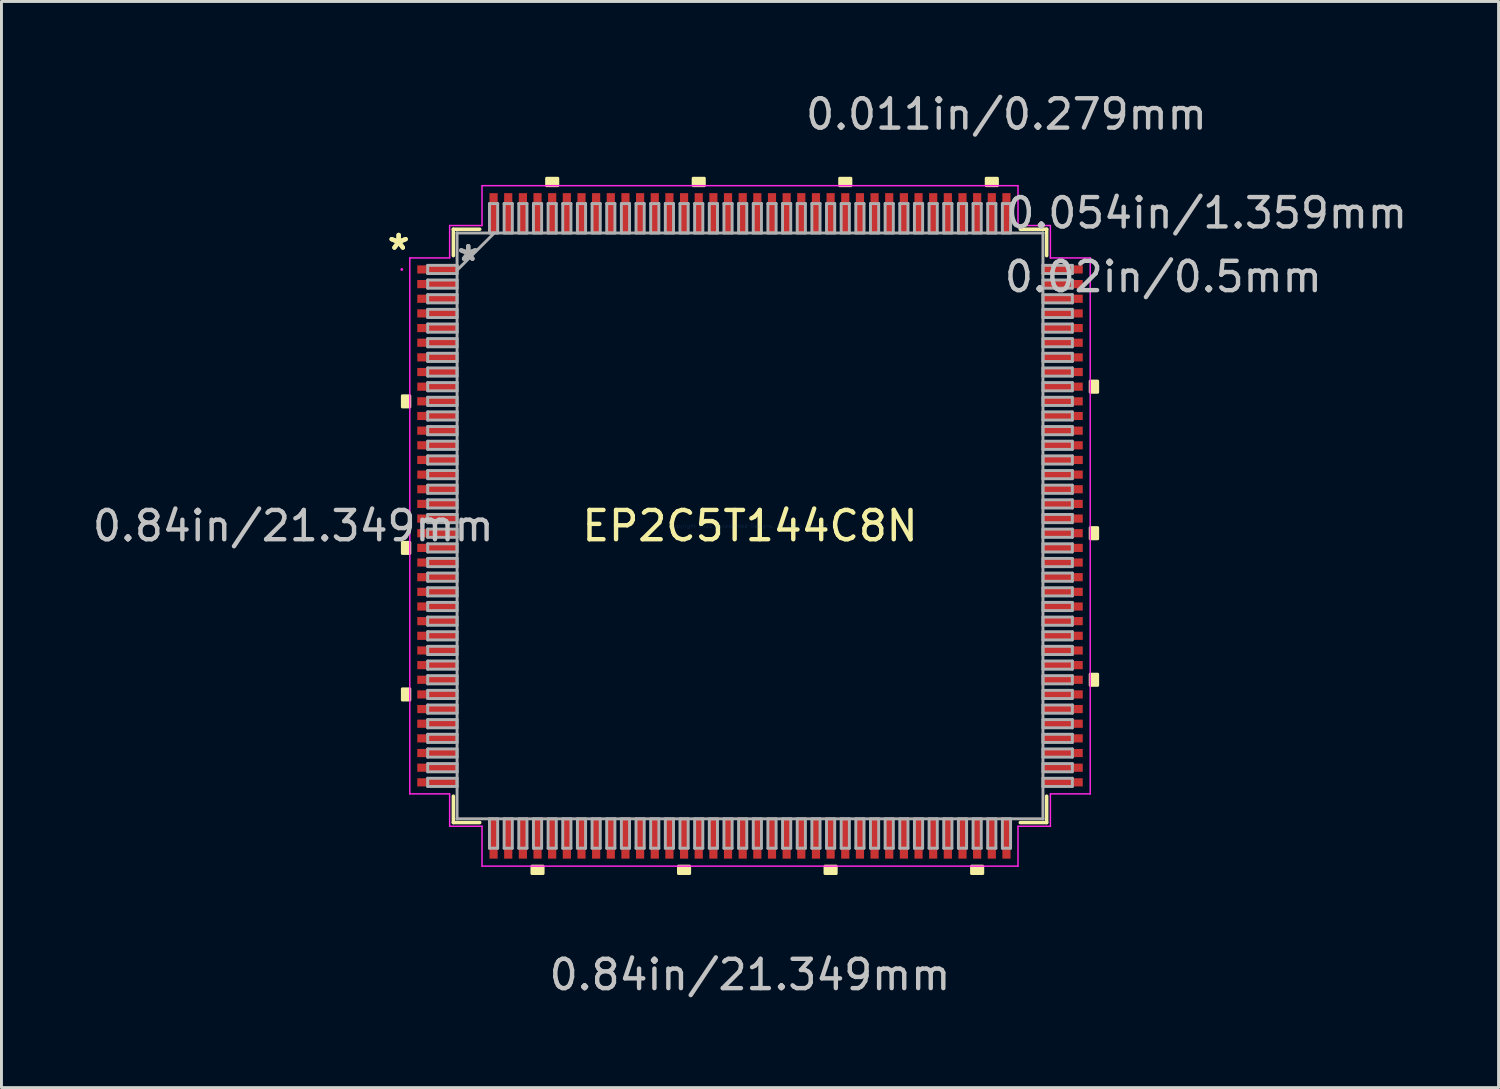
<source format=kicad_pcb>
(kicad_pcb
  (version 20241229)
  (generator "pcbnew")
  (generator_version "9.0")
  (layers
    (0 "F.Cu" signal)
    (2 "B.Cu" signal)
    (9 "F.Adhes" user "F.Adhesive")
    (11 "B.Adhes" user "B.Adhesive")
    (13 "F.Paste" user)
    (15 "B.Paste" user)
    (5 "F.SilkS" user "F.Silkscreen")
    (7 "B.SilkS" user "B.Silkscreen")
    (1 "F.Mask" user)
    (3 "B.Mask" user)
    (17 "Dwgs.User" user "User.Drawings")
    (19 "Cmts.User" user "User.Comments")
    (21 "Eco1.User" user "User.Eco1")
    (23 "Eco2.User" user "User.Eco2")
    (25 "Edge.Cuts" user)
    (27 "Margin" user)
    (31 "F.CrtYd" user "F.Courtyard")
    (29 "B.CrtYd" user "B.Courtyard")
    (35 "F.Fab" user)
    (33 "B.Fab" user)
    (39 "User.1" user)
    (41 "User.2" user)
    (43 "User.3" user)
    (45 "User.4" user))
  (footprint "EP2C5T144C8N"
    (layer "F.Cu")
    (at 22.541 14.894)
    (property "Reference" "EP2C5T144C8N" (at 0 0 0) (layer "F.SilkS") (effects (font (size 1 1) (thickness 0.15))))
    (attr through_hole)
    (fp_line (start -10.122 -10.122) (end -10.122 -9.222) (stroke (width 0.12) (type solid)) (layer "F.SilkS"))
    (fp_line (start -10.122 9.222) (end -10.122 10.122) (stroke (width 0.12) (type solid)) (layer "F.SilkS"))
    (fp_line (start -10.122 10.122) (end -9.222 10.122) (stroke (width 0.12) (type solid)) (layer "F.SilkS"))
    (fp_line (start -9.222 -10.122) (end -10.122 -10.122) (stroke (width 0.12) (type solid)) (layer "F.SilkS"))
    (fp_line (start 9.222 10.122) (end 10.122 10.122) (stroke (width 0.12) (type solid)) (layer "F.SilkS"))
    (fp_line (start 10.122 -10.122) (end 9.222 -10.122) (stroke (width 0.12) (type solid)) (layer "F.SilkS"))
    (fp_line (start 10.122 -9.222) (end 10.122 -10.122) (stroke (width 0.12) (type solid)) (layer "F.SilkS"))
    (fp_line (start 10.122 10.122) (end 10.122 9.222) (stroke (width 0.12) (type solid)) (layer "F.SilkS"))
    (fp_poly (pts (xy -11.862 -4.44) (xy -11.862 -4.059) (xy -11.608 -4.059) (xy -11.608 -4.44)) (stroke (width 0.1) (type solid)) (fill yes) (layer "F.SilkS"))
    (fp_poly (pts (xy -11.862 0.56) (xy -11.862 0.941) (xy -11.608 0.941) (xy -11.608 0.56)) (stroke (width 0.1) (type solid)) (fill yes) (layer "F.SilkS"))
    (fp_poly (pts (xy -11.862 5.56) (xy -11.862 5.941) (xy -11.608 5.941) (xy -11.608 5.56)) (stroke (width 0.1) (type solid)) (fill yes) (layer "F.SilkS"))
    (fp_poly (pts (xy -7.441 11.608) (xy -7.441 11.862) (xy -7.06 11.862) (xy -7.06 11.608)) (stroke (width 0.1) (type solid)) (fill yes) (layer "F.SilkS"))
    (fp_poly (pts (xy -6.94 -11.608) (xy -6.94 -11.862) (xy -6.559 -11.862) (xy -6.559 -11.608)) (stroke (width 0.1) (type solid)) (fill yes) (layer "F.SilkS"))
    (fp_poly (pts (xy -2.441 11.608) (xy -2.441 11.862) (xy -2.06 11.862) (xy -2.06 11.608)) (stroke (width 0.1) (type solid)) (fill yes) (layer "F.SilkS"))
    (fp_poly (pts (xy -1.94 -11.608) (xy -1.94 -11.862) (xy -1.559 -11.862) (xy -1.559 -11.608)) (stroke (width 0.1) (type solid)) (fill yes) (layer "F.SilkS"))
    (fp_poly (pts (xy 2.559 11.608) (xy 2.559 11.862) (xy 2.941 11.862) (xy 2.941 11.608)) (stroke (width 0.1) (type solid)) (fill yes) (layer "F.SilkS"))
    (fp_poly (pts (xy 3.06 -11.608) (xy 3.06 -11.862) (xy 3.441 -11.862) (xy 3.441 -11.608)) (stroke (width 0.1) (type solid)) (fill yes) (layer "F.SilkS"))
    (fp_poly (pts (xy 7.559 11.608) (xy 7.559 11.862) (xy 7.941 11.862) (xy 7.941 11.608)) (stroke (width 0.1) (type solid)) (fill yes) (layer "F.SilkS"))
    (fp_poly (pts (xy 8.06 -11.608) (xy 8.06 -11.862) (xy 8.441 -11.862) (xy 8.441 -11.608)) (stroke (width 0.1) (type solid)) (fill yes) (layer "F.SilkS"))
    (fp_poly (pts (xy 11.862 -4.941) (xy 11.862 -4.56) (xy 11.608 -4.56) (xy 11.608 -4.941)) (stroke (width 0.1) (type solid)) (fill yes) (layer "F.SilkS"))
    (fp_poly (pts (xy 11.862 0.059) (xy 11.862 0.441) (xy 11.608 0.441) (xy 11.608 0.059)) (stroke (width 0.1) (type solid)) (fill yes) (layer "F.SilkS"))
    (fp_poly (pts (xy 11.862 5.059) (xy 11.862 5.441) (xy 11.608 5.441) (xy 11.608 5.059)) (stroke (width 0.1) (type solid)) (fill yes) (layer "F.SilkS"))
    (fp_line (start -11.608 -9.144) (end -10.249 -9.144) (stroke (width 0.05) (type solid)) (layer "F.CrtYd"))
    (fp_line (start -11.608 9.144) (end -11.608 -9.144) (stroke (width 0.05) (type solid)) (layer "F.CrtYd"))
    (fp_line (start -10.249 -10.249) (end -9.144 -10.249) (stroke (width 0.05) (type solid)) (layer "F.CrtYd"))
    (fp_line (start -10.249 -9.144) (end -10.249 -10.249) (stroke (width 0.05) (type solid)) (layer "F.CrtYd"))
    (fp_line (start -10.249 9.144) (end -11.608 9.144) (stroke (width 0.05) (type solid)) (layer "F.CrtYd"))
    (fp_line (start -10.249 10.249) (end -10.249 9.144) (stroke (width 0.05) (type solid)) (layer "F.CrtYd"))
    (fp_line (start -9.144 -11.608) (end 9.144 -11.608) (stroke (width 0.05) (type solid)) (layer "F.CrtYd"))
    (fp_line (start -9.144 -10.249) (end -9.144 -11.608) (stroke (width 0.05) (type solid)) (layer "F.CrtYd"))
    (fp_line (start -9.144 10.249) (end -10.249 10.249) (stroke (width 0.05) (type solid)) (layer "F.CrtYd"))
    (fp_line (start -9.144 11.608) (end -9.144 10.249) (stroke (width 0.05) (type solid)) (layer "F.CrtYd"))
    (fp_line (start 9.144 -11.608) (end 9.144 -10.249) (stroke (width 0.05) (type solid)) (layer "F.CrtYd"))
    (fp_line (start 9.144 -10.249) (end 10.249 -10.249) (stroke (width 0.05) (type solid)) (layer "F.CrtYd"))
    (fp_line (start 9.144 10.249) (end 9.144 11.608) (stroke (width 0.05) (type solid)) (layer "F.CrtYd"))
    (fp_line (start 9.144 11.608) (end -9.144 11.608) (stroke (width 0.05) (type solid)) (layer "F.CrtYd"))
    (fp_line (start 10.249 -10.249) (end 10.249 -9.144) (stroke (width 0.05) (type solid)) (layer "F.CrtYd"))
    (fp_line (start 10.249 -9.144) (end 11.608 -9.144) (stroke (width 0.05) (type solid)) (layer "F.CrtYd"))
    (fp_line (start 10.249 9.144) (end 10.249 10.249) (stroke (width 0.05) (type solid)) (layer "F.CrtYd"))
    (fp_line (start 10.249 10.249) (end 9.144 10.249) (stroke (width 0.05) (type solid)) (layer "F.CrtYd"))
    (fp_line (start 11.608 -9.144) (end 11.608 9.144) (stroke (width 0.05) (type solid)) (layer "F.CrtYd"))
    (fp_line (start 11.608 9.144) (end 10.249 9.144) (stroke (width 0.05) (type solid)) (layer "F.CrtYd"))
    (fp_circle (center -11.881 -8.75) (end -11.881 -8.75) (stroke (width 0.05) (type solid)) (fill no) (layer "F.CrtYd"))
    (fp_line (start -10.998 -8.89) (end -10.998 -8.61) (stroke (width 0.1) (type solid)) (layer "F.Fab"))
    (fp_line (start -10.998 -8.61) (end -9.995 -8.61) (stroke (width 0.1) (type solid)) (layer "F.Fab"))
    (fp_line (start -10.998 -8.39) (end -10.998 -8.11) (stroke (width 0.1) (type solid)) (layer "F.Fab"))
    (fp_line (start -10.998 -8.11) (end -9.995 -8.11) (stroke (width 0.1) (type solid)) (layer "F.Fab"))
    (fp_line (start -10.998 -7.89) (end -10.998 -7.61) (stroke (width 0.1) (type solid)) (layer "F.Fab"))
    (fp_line (start -10.998 -7.61) (end -9.995 -7.61) (stroke (width 0.1) (type solid)) (layer "F.Fab"))
    (fp_line (start -10.998 -7.39) (end -10.998 -7.11) (stroke (width 0.1) (type solid)) (layer "F.Fab"))
    (fp_line (start -10.998 -7.11) (end -9.995 -7.11) (stroke (width 0.1) (type solid)) (layer "F.Fab"))
    (fp_line (start -10.998 -6.89) (end -10.998 -6.61) (stroke (width 0.1) (type solid)) (layer "F.Fab"))
    (fp_line (start -10.998 -6.61) (end -9.995 -6.61) (stroke (width 0.1) (type solid)) (layer "F.Fab"))
    (fp_line (start -10.998 -6.39) (end -10.998 -6.11) (stroke (width 0.1) (type solid)) (layer "F.Fab"))
    (fp_line (start -10.998 -6.11) (end -9.995 -6.11) (stroke (width 0.1) (type solid)) (layer "F.Fab"))
    (fp_line (start -10.998 -5.89) (end -10.998 -5.61) (stroke (width 0.1) (type solid)) (layer "F.Fab"))
    (fp_line (start -10.998 -5.61) (end -9.995 -5.61) (stroke (width 0.1) (type solid)) (layer "F.Fab"))
    (fp_line (start -10.998 -5.39) (end -10.998 -5.11) (stroke (width 0.1) (type solid)) (layer "F.Fab"))
    (fp_line (start -10.998 -5.11) (end -9.995 -5.11) (stroke (width 0.1) (type solid)) (layer "F.Fab"))
    (fp_line (start -10.998 -4.89) (end -10.998 -4.61) (stroke (width 0.1) (type solid)) (layer "F.Fab"))
    (fp_line (start -10.998 -4.61) (end -9.995 -4.61) (stroke (width 0.1) (type solid)) (layer "F.Fab"))
    (fp_line (start -10.998 -4.39) (end -10.998 -4.11) (stroke (width 0.1) (type solid)) (layer "F.Fab"))
    (fp_line (start -10.998 -4.11) (end -9.995 -4.11) (stroke (width 0.1) (type solid)) (layer "F.Fab"))
    (fp_line (start -10.998 -3.89) (end -10.998 -3.61) (stroke (width 0.1) (type solid)) (layer "F.Fab"))
    (fp_line (start -10.998 -3.61) (end -9.995 -3.61) (stroke (width 0.1) (type solid)) (layer "F.Fab"))
    (fp_line (start -10.998 -3.39) (end -10.998 -3.11) (stroke (width 0.1) (type solid)) (layer "F.Fab"))
    (fp_line (start -10.998 -3.11) (end -9.995 -3.11) (stroke (width 0.1) (type solid)) (layer "F.Fab"))
    (fp_line (start -10.998 -2.89) (end -10.998 -2.61) (stroke (width 0.1) (type solid)) (layer "F.Fab"))
    (fp_line (start -10.998 -2.61) (end -9.995 -2.61) (stroke (width 0.1) (type solid)) (layer "F.Fab"))
    (fp_line (start -10.998 -2.39) (end -10.998 -2.11) (stroke (width 0.1) (type solid)) (layer "F.Fab"))
    (fp_line (start -10.998 -2.11) (end -9.995 -2.11) (stroke (width 0.1) (type solid)) (layer "F.Fab"))
    (fp_line (start -10.998 -1.89) (end -10.998 -1.61) (stroke (width 0.1) (type solid)) (layer "F.Fab"))
    (fp_line (start -10.998 -1.61) (end -9.995 -1.61) (stroke (width 0.1) (type solid)) (layer "F.Fab"))
    (fp_line (start -10.998 -1.39) (end -10.998 -1.11) (stroke (width 0.1) (type solid)) (layer "F.Fab"))
    (fp_line (start -10.998 -1.11) (end -9.995 -1.11) (stroke (width 0.1) (type solid)) (layer "F.Fab"))
    (fp_line (start -10.998 -0.89) (end -10.998 -0.61) (stroke (width 0.1) (type solid)) (layer "F.Fab"))
    (fp_line (start -10.998 -0.61) (end -9.995 -0.61) (stroke (width 0.1) (type solid)) (layer "F.Fab"))
    (fp_line (start -10.998 -0.39) (end -10.998 -0.11) (stroke (width 0.1) (type solid)) (layer "F.Fab"))
    (fp_line (start -10.998 -0.11) (end -9.995 -0.11) (stroke (width 0.1) (type solid)) (layer "F.Fab"))
    (fp_line (start -10.998 0.11) (end -10.998 0.39) (stroke (width 0.1) (type solid)) (layer "F.Fab"))
    (fp_line (start -10.998 0.39) (end -9.995 0.39) (stroke (width 0.1) (type solid)) (layer "F.Fab"))
    (fp_line (start -10.998 0.61) (end -10.998 0.89) (stroke (width 0.1) (type solid)) (layer "F.Fab"))
    (fp_line (start -10.998 0.89) (end -9.995 0.89) (stroke (width 0.1) (type solid)) (layer "F.Fab"))
    (fp_line (start -10.998 1.11) (end -10.998 1.39) (stroke (width 0.1) (type solid)) (layer "F.Fab"))
    (fp_line (start -10.998 1.39) (end -9.995 1.39) (stroke (width 0.1) (type solid)) (layer "F.Fab"))
    (fp_line (start -10.998 1.61) (end -10.998 1.89) (stroke (width 0.1) (type solid)) (layer "F.Fab"))
    (fp_line (start -10.998 1.89) (end -9.995 1.89) (stroke (width 0.1) (type solid)) (layer "F.Fab"))
    (fp_line (start -10.998 2.11) (end -10.998 2.39) (stroke (width 0.1) (type solid)) (layer "F.Fab"))
    (fp_line (start -10.998 2.39) (end -9.995 2.39) (stroke (width 0.1) (type solid)) (layer "F.Fab"))
    (fp_line (start -10.998 2.61) (end -10.998 2.89) (stroke (width 0.1) (type solid)) (layer "F.Fab"))
    (fp_line (start -10.998 2.89) (end -9.995 2.89) (stroke (width 0.1) (type solid)) (layer "F.Fab"))
    (fp_line (start -10.998 3.11) (end -10.998 3.39) (stroke (width 0.1) (type solid)) (layer "F.Fab"))
    (fp_line (start -10.998 3.39) (end -9.995 3.39) (stroke (width 0.1) (type solid)) (layer "F.Fab"))
    (fp_line (start -10.998 3.61) (end -10.998 3.89) (stroke (width 0.1) (type solid)) (layer "F.Fab"))
    (fp_line (start -10.998 3.89) (end -9.995 3.89) (stroke (width 0.1) (type solid)) (layer "F.Fab"))
    (fp_line (start -10.998 4.11) (end -10.998 4.39) (stroke (width 0.1) (type solid)) (layer "F.Fab"))
    (fp_line (start -10.998 4.39) (end -9.995 4.39) (stroke (width 0.1) (type solid)) (layer "F.Fab"))
    (fp_line (start -10.998 4.61) (end -10.998 4.89) (stroke (width 0.1) (type solid)) (layer "F.Fab"))
    (fp_line (start -10.998 4.89) (end -9.995 4.89) (stroke (width 0.1) (type solid)) (layer "F.Fab"))
    (fp_line (start -10.998 5.11) (end -10.998 5.39) (stroke (width 0.1) (type solid)) (layer "F.Fab"))
    (fp_line (start -10.998 5.39) (end -9.995 5.39) (stroke (width 0.1) (type solid)) (layer "F.Fab"))
    (fp_line (start -10.998 5.61) (end -10.998 5.89) (stroke (width 0.1) (type solid)) (layer "F.Fab"))
    (fp_line (start -10.998 5.89) (end -9.995 5.89) (stroke (width 0.1) (type solid)) (layer "F.Fab"))
    (fp_line (start -10.998 6.11) (end -10.998 6.39) (stroke (width 0.1) (type solid)) (layer "F.Fab"))
    (fp_line (start -10.998 6.39) (end -9.995 6.39) (stroke (width 0.1) (type solid)) (layer "F.Fab"))
    (fp_line (start -10.998 6.61) (end -10.998 6.89) (stroke (width 0.1) (type solid)) (layer "F.Fab"))
    (fp_line (start -10.998 6.89) (end -9.995 6.89) (stroke (width 0.1) (type solid)) (layer "F.Fab"))
    (fp_line (start -10.998 7.11) (end -10.998 7.39) (stroke (width 0.1) (type solid)) (layer "F.Fab"))
    (fp_line (start -10.998 7.39) (end -9.995 7.39) (stroke (width 0.1) (type solid)) (layer "F.Fab"))
    (fp_line (start -10.998 7.61) (end -10.998 7.89) (stroke (width 0.1) (type solid)) (layer "F.Fab"))
    (fp_line (start -10.998 7.89) (end -9.995 7.89) (stroke (width 0.1) (type solid)) (layer "F.Fab"))
    (fp_line (start -10.998 8.11) (end -10.998 8.39) (stroke (width 0.1) (type solid)) (layer "F.Fab"))
    (fp_line (start -10.998 8.39) (end -9.995 8.39) (stroke (width 0.1) (type solid)) (layer "F.Fab"))
    (fp_line (start -10.998 8.61) (end -10.998 8.89) (stroke (width 0.1) (type solid)) (layer "F.Fab"))
    (fp_line (start -10.998 8.89) (end -9.995 8.89) (stroke (width 0.1) (type solid)) (layer "F.Fab"))
    (fp_line (start -9.995 -9.995) (end -9.995 -9.995) (stroke (width 0.1) (type solid)) (layer "F.Fab"))
    (fp_line (start -9.995 -9.995) (end -9.995 9.995) (stroke (width 0.1) (type solid)) (layer "F.Fab"))
    (fp_line (start -9.995 -8.89) (end -10.998 -8.89) (stroke (width 0.1) (type solid)) (layer "F.Fab"))
    (fp_line (start -9.995 -8.725) (end -8.725 -9.995) (stroke (width 0.1) (type solid)) (layer "F.Fab"))
    (fp_line (start -9.995 -8.61) (end -9.995 -8.89) (stroke (width 0.1) (type solid)) (layer "F.Fab"))
    (fp_line (start -9.995 -8.39) (end -10.998 -8.39) (stroke (width 0.1) (type solid)) (layer "F.Fab"))
    (fp_line (start -9.995 -8.11) (end -9.995 -8.39) (stroke (width 0.1) (type solid)) (layer "F.Fab"))
    (fp_line (start -9.995 -7.89) (end -10.998 -7.89) (stroke (width 0.1) (type solid)) (layer "F.Fab"))
    (fp_line (start -9.995 -7.61) (end -9.995 -7.89) (stroke (width 0.1) (type solid)) (layer "F.Fab"))
    (fp_line (start -9.995 -7.39) (end -10.998 -7.39) (stroke (width 0.1) (type solid)) (layer "F.Fab"))
    (fp_line (start -9.995 -7.11) (end -9.995 -7.39) (stroke (width 0.1) (type solid)) (layer "F.Fab"))
    (fp_line (start -9.995 -6.89) (end -10.998 -6.89) (stroke (width 0.1) (type solid)) (layer "F.Fab"))
    (fp_line (start -9.995 -6.61) (end -9.995 -6.89) (stroke (width 0.1) (type solid)) (layer "F.Fab"))
    (fp_line (start -9.995 -6.39) (end -10.998 -6.39) (stroke (width 0.1) (type solid)) (layer "F.Fab"))
    (fp_line (start -9.995 -6.11) (end -9.995 -6.39) (stroke (width 0.1) (type solid)) (layer "F.Fab"))
    (fp_line (start -9.995 -5.89) (end -10.998 -5.89) (stroke (width 0.1) (type solid)) (layer "F.Fab"))
    (fp_line (start -9.995 -5.61) (end -9.995 -5.89) (stroke (width 0.1) (type solid)) (layer "F.Fab"))
    (fp_line (start -9.995 -5.39) (end -10.998 -5.39) (stroke (width 0.1) (type solid)) (layer "F.Fab"))
    (fp_line (start -9.995 -5.11) (end -9.995 -5.39) (stroke (width 0.1) (type solid)) (layer "F.Fab"))
    (fp_line (start -9.995 -4.89) (end -10.998 -4.89) (stroke (width 0.1) (type solid)) (layer "F.Fab"))
    (fp_line (start -9.995 -4.61) (end -9.995 -4.89) (stroke (width 0.1) (type solid)) (layer "F.Fab"))
    (fp_line (start -9.995 -4.39) (end -10.998 -4.39) (stroke (width 0.1) (type solid)) (layer "F.Fab"))
    (fp_line (start -9.995 -4.11) (end -9.995 -4.39) (stroke (width 0.1) (type solid)) (layer "F.Fab"))
    (fp_line (start -9.995 -3.89) (end -10.998 -3.89) (stroke (width 0.1) (type solid)) (layer "F.Fab"))
    (fp_line (start -9.995 -3.61) (end -9.995 -3.89) (stroke (width 0.1) (type solid)) (layer "F.Fab"))
    (fp_line (start -9.995 -3.39) (end -10.998 -3.39) (stroke (width 0.1) (type solid)) (layer "F.Fab"))
    (fp_line (start -9.995 -3.11) (end -9.995 -3.39) (stroke (width 0.1) (type solid)) (layer "F.Fab"))
    (fp_line (start -9.995 -2.89) (end -10.998 -2.89) (stroke (width 0.1) (type solid)) (layer "F.Fab"))
    (fp_line (start -9.995 -2.61) (end -9.995 -2.89) (stroke (width 0.1) (type solid)) (layer "F.Fab"))
    (fp_line (start -9.995 -2.39) (end -10.998 -2.39) (stroke (width 0.1) (type solid)) (layer "F.Fab"))
    (fp_line (start -9.995 -2.11) (end -9.995 -2.39) (stroke (width 0.1) (type solid)) (layer "F.Fab"))
    (fp_line (start -9.995 -1.89) (end -10.998 -1.89) (stroke (width 0.1) (type solid)) (layer "F.Fab"))
    (fp_line (start -9.995 -1.61) (end -9.995 -1.89) (stroke (width 0.1) (type solid)) (layer "F.Fab"))
    (fp_line (start -9.995 -1.39) (end -10.998 -1.39) (stroke (width 0.1) (type solid)) (layer "F.Fab"))
    (fp_line (start -9.995 -1.11) (end -9.995 -1.39) (stroke (width 0.1) (type solid)) (layer "F.Fab"))
    (fp_line (start -9.995 -0.89) (end -10.998 -0.89) (stroke (width 0.1) (type solid)) (layer "F.Fab"))
    (fp_line (start -9.995 -0.61) (end -9.995 -0.89) (stroke (width 0.1) (type solid)) (layer "F.Fab"))
    (fp_line (start -9.995 -0.39) (end -10.998 -0.39) (stroke (width 0.1) (type solid)) (layer "F.Fab"))
    (fp_line (start -9.995 -0.11) (end -9.995 -0.39) (stroke (width 0.1) (type solid)) (layer "F.Fab"))
    (fp_line (start -9.995 0.11) (end -10.998 0.11) (stroke (width 0.1) (type solid)) (layer "F.Fab"))
    (fp_line (start -9.995 0.39) (end -9.995 0.11) (stroke (width 0.1) (type solid)) (layer "F.Fab"))
    (fp_line (start -9.995 0.61) (end -10.998 0.61) (stroke (width 0.1) (type solid)) (layer "F.Fab"))
    (fp_line (start -9.995 0.89) (end -9.995 0.61) (stroke (width 0.1) (type solid)) (layer "F.Fab"))
    (fp_line (start -9.995 1.11) (end -10.998 1.11) (stroke (width 0.1) (type solid)) (layer "F.Fab"))
    (fp_line (start -9.995 1.39) (end -9.995 1.11) (stroke (width 0.1) (type solid)) (layer "F.Fab"))
    (fp_line (start -9.995 1.61) (end -10.998 1.61) (stroke (width 0.1) (type solid)) (layer "F.Fab"))
    (fp_line (start -9.995 1.89) (end -9.995 1.61) (stroke (width 0.1) (type solid)) (layer "F.Fab"))
    (fp_line (start -9.995 2.11) (end -10.998 2.11) (stroke (width 0.1) (type solid)) (layer "F.Fab"))
    (fp_line (start -9.995 2.39) (end -9.995 2.11) (stroke (width 0.1) (type solid)) (layer "F.Fab"))
    (fp_line (start -9.995 2.61) (end -10.998 2.61) (stroke (width 0.1) (type solid)) (layer "F.Fab"))
    (fp_line (start -9.995 2.89) (end -9.995 2.61) (stroke (width 0.1) (type solid)) (layer "F.Fab"))
    (fp_line (start -9.995 3.11) (end -10.998 3.11) (stroke (width 0.1) (type solid)) (layer "F.Fab"))
    (fp_line (start -9.995 3.39) (end -9.995 3.11) (stroke (width 0.1) (type solid)) (layer "F.Fab"))
    (fp_line (start -9.995 3.61) (end -10.998 3.61) (stroke (width 0.1) (type solid)) (layer "F.Fab"))
    (fp_line (start -9.995 3.89) (end -9.995 3.61) (stroke (width 0.1) (type solid)) (layer "F.Fab"))
    (fp_line (start -9.995 4.11) (end -10.998 4.11) (stroke (width 0.1) (type solid)) (layer "F.Fab"))
    (fp_line (start -9.995 4.39) (end -9.995 4.11) (stroke (width 0.1) (type solid)) (layer "F.Fab"))
    (fp_line (start -9.995 4.61) (end -10.998 4.61) (stroke (width 0.1) (type solid)) (layer "F.Fab"))
    (fp_line (start -9.995 4.89) (end -9.995 4.61) (stroke (width 0.1) (type solid)) (layer "F.Fab"))
    (fp_line (start -9.995 5.11) (end -10.998 5.11) (stroke (width 0.1) (type solid)) (layer "F.Fab"))
    (fp_line (start -9.995 5.39) (end -9.995 5.11) (stroke (width 0.1) (type solid)) (layer "F.Fab"))
    (fp_line (start -9.995 5.61) (end -10.998 5.61) (stroke (width 0.1) (type solid)) (layer "F.Fab"))
    (fp_line (start -9.995 5.89) (end -9.995 5.61) (stroke (width 0.1) (type solid)) (layer "F.Fab"))
    (fp_line (start -9.995 6.11) (end -10.998 6.11) (stroke (width 0.1) (type solid)) (layer "F.Fab"))
    (fp_line (start -9.995 6.39) (end -9.995 6.11) (stroke (width 0.1) (type solid)) (layer "F.Fab"))
    (fp_line (start -9.995 6.61) (end -10.998 6.61) (stroke (width 0.1) (type solid)) (layer "F.Fab"))
    (fp_line (start -9.995 6.89) (end -9.995 6.61) (stroke (width 0.1) (type solid)) (layer "F.Fab"))
    (fp_line (start -9.995 7.11) (end -10.998 7.11) (stroke (width 0.1) (type solid)) (layer "F.Fab"))
    (fp_line (start -9.995 7.39) (end -9.995 7.11) (stroke (width 0.1) (type solid)) (layer "F.Fab"))
    (fp_line (start -9.995 7.61) (end -10.998 7.61) (stroke (width 0.1) (type solid)) (layer "F.Fab"))
    (fp_line (start -9.995 7.89) (end -9.995 7.61) (stroke (width 0.1) (type solid)) (layer "F.Fab"))
    (fp_line (start -9.995 8.11) (end -10.998 8.11) (stroke (width 0.1) (type solid)) (layer "F.Fab"))
    (fp_line (start -9.995 8.39) (end -9.995 8.11) (stroke (width 0.1) (type solid)) (layer "F.Fab"))
    (fp_line (start -9.995 8.61) (end -10.998 8.61) (stroke (width 0.1) (type solid)) (layer "F.Fab"))
    (fp_line (start -9.995 8.89) (end -9.995 8.61) (stroke (width 0.1) (type solid)) (layer "F.Fab"))
    (fp_line (start -9.995 9.995) (end -9.995 9.995) (stroke (width 0.1) (type solid)) (layer "F.Fab"))
    (fp_line (start -9.995 9.995) (end 9.995 9.995) (stroke (width 0.1) (type solid)) (layer "F.Fab"))
    (fp_line (start -8.89 -10.998) (end -8.89 -9.995) (stroke (width 0.1) (type solid)) (layer "F.Fab"))
    (fp_line (start -8.89 -9.995) (end -8.61 -9.995) (stroke (width 0.1) (type solid)) (layer "F.Fab"))
    (fp_line (start -8.89 9.995) (end -8.89 10.998) (stroke (width 0.1) (type solid)) (layer "F.Fab"))
    (fp_line (start -8.89 10.998) (end -8.61 10.998) (stroke (width 0.1) (type solid)) (layer "F.Fab"))
    (fp_line (start -8.61 -10.998) (end -8.89 -10.998) (stroke (width 0.1) (type solid)) (layer "F.Fab"))
    (fp_line (start -8.61 -9.995) (end -8.61 -10.998) (stroke (width 0.1) (type solid)) (layer "F.Fab"))
    (fp_line (start -8.61 9.995) (end -8.89 9.995) (stroke (width 0.1) (type solid)) (layer "F.Fab"))
    (fp_line (start -8.61 10.998) (end -8.61 9.995) (stroke (width 0.1) (type solid)) (layer "F.Fab"))
    (fp_line (start -8.39 -10.998) (end -8.39 -9.995) (stroke (width 0.1) (type solid)) (layer "F.Fab"))
    (fp_line (start -8.39 -9.995) (end -8.11 -9.995) (stroke (width 0.1) (type solid)) (layer "F.Fab"))
    (fp_line (start -8.39 9.995) (end -8.39 10.998) (stroke (width 0.1) (type solid)) (layer "F.Fab"))
    (fp_line (start -8.39 10.998) (end -8.11 10.998) (stroke (width 0.1) (type solid)) (layer "F.Fab"))
    (fp_line (start -8.11 -10.998) (end -8.39 -10.998) (stroke (width 0.1) (type solid)) (layer "F.Fab"))
    (fp_line (start -8.11 -9.995) (end -8.11 -10.998) (stroke (width 0.1) (type solid)) (layer "F.Fab"))
    (fp_line (start -8.11 9.995) (end -8.39 9.995) (stroke (width 0.1) (type solid)) (layer "F.Fab"))
    (fp_line (start -8.11 10.998) (end -8.11 9.995) (stroke (width 0.1) (type solid)) (layer "F.Fab"))
    (fp_line (start -7.89 -10.998) (end -7.89 -9.995) (stroke (width 0.1) (type solid)) (layer "F.Fab"))
    (fp_line (start -7.89 -9.995) (end -7.61 -9.995) (stroke (width 0.1) (type solid)) (layer "F.Fab"))
    (fp_line (start -7.89 9.995) (end -7.89 10.998) (stroke (width 0.1) (type solid)) (layer "F.Fab"))
    (fp_line (start -7.89 10.998) (end -7.61 10.998) (stroke (width 0.1) (type solid)) (layer "F.Fab"))
    (fp_line (start -7.61 -10.998) (end -7.89 -10.998) (stroke (width 0.1) (type solid)) (layer "F.Fab"))
    (fp_line (start -7.61 -9.995) (end -7.61 -10.998) (stroke (width 0.1) (type solid)) (layer "F.Fab"))
    (fp_line (start -7.61 9.995) (end -7.89 9.995) (stroke (width 0.1) (type solid)) (layer "F.Fab"))
    (fp_line (start -7.61 10.998) (end -7.61 9.995) (stroke (width 0.1) (type solid)) (layer "F.Fab"))
    (fp_line (start -7.39 -10.998) (end -7.39 -9.995) (stroke (width 0.1) (type solid)) (layer "F.Fab"))
    (fp_line (start -7.39 -9.995) (end -7.11 -9.995) (stroke (width 0.1) (type solid)) (layer "F.Fab"))
    (fp_line (start -7.39 9.995) (end -7.39 10.998) (stroke (width 0.1) (type solid)) (layer "F.Fab"))
    (fp_line (start -7.39 10.998) (end -7.11 10.998) (stroke (width 0.1) (type solid)) (layer "F.Fab"))
    (fp_line (start -7.11 -10.998) (end -7.39 -10.998) (stroke (width 0.1) (type solid)) (layer "F.Fab"))
    (fp_line (start -7.11 -9.995) (end -7.11 -10.998) (stroke (width 0.1) (type solid)) (layer "F.Fab"))
    (fp_line (start -7.11 9.995) (end -7.39 9.995) (stroke (width 0.1) (type solid)) (layer "F.Fab"))
    (fp_line (start -7.11 10.998) (end -7.11 9.995) (stroke (width 0.1) (type solid)) (layer "F.Fab"))
    (fp_line (start -6.89 -10.998) (end -6.89 -9.995) (stroke (width 0.1) (type solid)) (layer "F.Fab"))
    (fp_line (start -6.89 -9.995) (end -6.61 -9.995) (stroke (width 0.1) (type solid)) (layer "F.Fab"))
    (fp_line (start -6.89 9.995) (end -6.89 10.998) (stroke (width 0.1) (type solid)) (layer "F.Fab"))
    (fp_line (start -6.89 10.998) (end -6.61 10.998) (stroke (width 0.1) (type solid)) (layer "F.Fab"))
    (fp_line (start -6.61 -10.998) (end -6.89 -10.998) (stroke (width 0.1) (type solid)) (layer "F.Fab"))
    (fp_line (start -6.61 -9.995) (end -6.61 -10.998) (stroke (width 0.1) (type solid)) (layer "F.Fab"))
    (fp_line (start -6.61 9.995) (end -6.89 9.995) (stroke (width 0.1) (type solid)) (layer "F.Fab"))
    (fp_line (start -6.61 10.998) (end -6.61 9.995) (stroke (width 0.1) (type solid)) (layer "F.Fab"))
    (fp_line (start -6.39 -10.998) (end -6.39 -9.995) (stroke (width 0.1) (type solid)) (layer "F.Fab"))
    (fp_line (start -6.39 -9.995) (end -6.11 -9.995) (stroke (width 0.1) (type solid)) (layer "F.Fab"))
    (fp_line (start -6.39 9.995) (end -6.39 10.998) (stroke (width 0.1) (type solid)) (layer "F.Fab"))
    (fp_line (start -6.39 10.998) (end -6.11 10.998) (stroke (width 0.1) (type solid)) (layer "F.Fab"))
    (fp_line (start -6.11 -10.998) (end -6.39 -10.998) (stroke (width 0.1) (type solid)) (layer "F.Fab"))
    (fp_line (start -6.11 -9.995) (end -6.11 -10.998) (stroke (width 0.1) (type solid)) (layer "F.Fab"))
    (fp_line (start -6.11 9.995) (end -6.39 9.995) (stroke (width 0.1) (type solid)) (layer "F.Fab"))
    (fp_line (start -6.11 10.998) (end -6.11 9.995) (stroke (width 0.1) (type solid)) (layer "F.Fab"))
    (fp_line (start -5.89 -10.998) (end -5.89 -9.995) (stroke (width 0.1) (type solid)) (layer "F.Fab"))
    (fp_line (start -5.89 -9.995) (end -5.61 -9.995) (stroke (width 0.1) (type solid)) (layer "F.Fab"))
    (fp_line (start -5.89 9.995) (end -5.89 10.998) (stroke (width 0.1) (type solid)) (layer "F.Fab"))
    (fp_line (start -5.89 10.998) (end -5.61 10.998) (stroke (width 0.1) (type solid)) (layer "F.Fab"))
    (fp_line (start -5.61 -10.998) (end -5.89 -10.998) (stroke (width 0.1) (type solid)) (layer "F.Fab"))
    (fp_line (start -5.61 -9.995) (end -5.61 -10.998) (stroke (width 0.1) (type solid)) (layer "F.Fab"))
    (fp_line (start -5.61 9.995) (end -5.89 9.995) (stroke (width 0.1) (type solid)) (layer "F.Fab"))
    (fp_line (start -5.61 10.998) (end -5.61 9.995) (stroke (width 0.1) (type solid)) (layer "F.Fab"))
    (fp_line (start -5.39 -10.998) (end -5.39 -9.995) (stroke (width 0.1) (type solid)) (layer "F.Fab"))
    (fp_line (start -5.39 -9.995) (end -5.11 -9.995) (stroke (width 0.1) (type solid)) (layer "F.Fab"))
    (fp_line (start -5.39 9.995) (end -5.39 10.998) (stroke (width 0.1) (type solid)) (layer "F.Fab"))
    (fp_line (start -5.39 10.998) (end -5.11 10.998) (stroke (width 0.1) (type solid)) (layer "F.Fab"))
    (fp_line (start -5.11 -10.998) (end -5.39 -10.998) (stroke (width 0.1) (type solid)) (layer "F.Fab"))
    (fp_line (start -5.11 -9.995) (end -5.11 -10.998) (stroke (width 0.1) (type solid)) (layer "F.Fab"))
    (fp_line (start -5.11 9.995) (end -5.39 9.995) (stroke (width 0.1) (type solid)) (layer "F.Fab"))
    (fp_line (start -5.11 10.998) (end -5.11 9.995) (stroke (width 0.1) (type solid)) (layer "F.Fab"))
    (fp_line (start -4.89 -10.998) (end -4.89 -9.995) (stroke (width 0.1) (type solid)) (layer "F.Fab"))
    (fp_line (start -4.89 -9.995) (end -4.61 -9.995) (stroke (width 0.1) (type solid)) (layer "F.Fab"))
    (fp_line (start -4.89 9.995) (end -4.89 10.998) (stroke (width 0.1) (type solid)) (layer "F.Fab"))
    (fp_line (start -4.89 10.998) (end -4.61 10.998) (stroke (width 0.1) (type solid)) (layer "F.Fab"))
    (fp_line (start -4.61 -10.998) (end -4.89 -10.998) (stroke (width 0.1) (type solid)) (layer "F.Fab"))
    (fp_line (start -4.61 -9.995) (end -4.61 -10.998) (stroke (width 0.1) (type solid)) (layer "F.Fab"))
    (fp_line (start -4.61 9.995) (end -4.89 9.995) (stroke (width 0.1) (type solid)) (layer "F.Fab"))
    (fp_line (start -4.61 10.998) (end -4.61 9.995) (stroke (width 0.1) (type solid)) (layer "F.Fab"))
    (fp_line (start -4.39 -10.998) (end -4.39 -9.995) (stroke (width 0.1) (type solid)) (layer "F.Fab"))
    (fp_line (start -4.39 -9.995) (end -4.11 -9.995) (stroke (width 0.1) (type solid)) (layer "F.Fab"))
    (fp_line (start -4.39 9.995) (end -4.39 10.998) (stroke (width 0.1) (type solid)) (layer "F.Fab"))
    (fp_line (start -4.39 10.998) (end -4.11 10.998) (stroke (width 0.1) (type solid)) (layer "F.Fab"))
    (fp_line (start -4.11 -10.998) (end -4.39 -10.998) (stroke (width 0.1) (type solid)) (layer "F.Fab"))
    (fp_line (start -4.11 -9.995) (end -4.11 -10.998) (stroke (width 0.1) (type solid)) (layer "F.Fab"))
    (fp_line (start -4.11 9.995) (end -4.39 9.995) (stroke (width 0.1) (type solid)) (layer "F.Fab"))
    (fp_line (start -4.11 10.998) (end -4.11 9.995) (stroke (width 0.1) (type solid)) (layer "F.Fab"))
    (fp_line (start -3.89 -10.998) (end -3.89 -9.995) (stroke (width 0.1) (type solid)) (layer "F.Fab"))
    (fp_line (start -3.89 -9.995) (end -3.61 -9.995) (stroke (width 0.1) (type solid)) (layer "F.Fab"))
    (fp_line (start -3.89 9.995) (end -3.89 10.998) (stroke (width 0.1) (type solid)) (layer "F.Fab"))
    (fp_line (start -3.89 10.998) (end -3.61 10.998) (stroke (width 0.1) (type solid)) (layer "F.Fab"))
    (fp_line (start -3.61 -10.998) (end -3.89 -10.998) (stroke (width 0.1) (type solid)) (layer "F.Fab"))
    (fp_line (start -3.61 -9.995) (end -3.61 -10.998) (stroke (width 0.1) (type solid)) (layer "F.Fab"))
    (fp_line (start -3.61 9.995) (end -3.89 9.995) (stroke (width 0.1) (type solid)) (layer "F.Fab"))
    (fp_line (start -3.61 10.998) (end -3.61 9.995) (stroke (width 0.1) (type solid)) (layer "F.Fab"))
    (fp_line (start -3.39 -10.998) (end -3.39 -9.995) (stroke (width 0.1) (type solid)) (layer "F.Fab"))
    (fp_line (start -3.39 -9.995) (end -3.11 -9.995) (stroke (width 0.1) (type solid)) (layer "F.Fab"))
    (fp_line (start -3.39 9.995) (end -3.39 10.998) (stroke (width 0.1) (type solid)) (layer "F.Fab"))
    (fp_line (start -3.39 10.998) (end -3.11 10.998) (stroke (width 0.1) (type solid)) (layer "F.Fab"))
    (fp_line (start -3.11 -10.998) (end -3.39 -10.998) (stroke (width 0.1) (type solid)) (layer "F.Fab"))
    (fp_line (start -3.11 -9.995) (end -3.11 -10.998) (stroke (width 0.1) (type solid)) (layer "F.Fab"))
    (fp_line (start -3.11 9.995) (end -3.39 9.995) (stroke (width 0.1) (type solid)) (layer "F.Fab"))
    (fp_line (start -3.11 10.998) (end -3.11 9.995) (stroke (width 0.1) (type solid)) (layer "F.Fab"))
    (fp_line (start -2.89 -10.998) (end -2.89 -9.995) (stroke (width 0.1) (type solid)) (layer "F.Fab"))
    (fp_line (start -2.89 -9.995) (end -2.61 -9.995) (stroke (width 0.1) (type solid)) (layer "F.Fab"))
    (fp_line (start -2.89 9.995) (end -2.89 10.998) (stroke (width 0.1) (type solid)) (layer "F.Fab"))
    (fp_line (start -2.89 10.998) (end -2.61 10.998) (stroke (width 0.1) (type solid)) (layer "F.Fab"))
    (fp_line (start -2.61 -10.998) (end -2.89 -10.998) (stroke (width 0.1) (type solid)) (layer "F.Fab"))
    (fp_line (start -2.61 -9.995) (end -2.61 -10.998) (stroke (width 0.1) (type solid)) (layer "F.Fab"))
    (fp_line (start -2.61 9.995) (end -2.89 9.995) (stroke (width 0.1) (type solid)) (layer "F.Fab"))
    (fp_line (start -2.61 10.998) (end -2.61 9.995) (stroke (width 0.1) (type solid)) (layer "F.Fab"))
    (fp_line (start -2.39 -10.998) (end -2.39 -9.995) (stroke (width 0.1) (type solid)) (layer "F.Fab"))
    (fp_line (start -2.39 -9.995) (end -2.11 -9.995) (stroke (width 0.1) (type solid)) (layer "F.Fab"))
    (fp_line (start -2.39 9.995) (end -2.39 10.998) (stroke (width 0.1) (type solid)) (layer "F.Fab"))
    (fp_line (start -2.39 10.998) (end -2.11 10.998) (stroke (width 0.1) (type solid)) (layer "F.Fab"))
    (fp_line (start -2.11 -10.998) (end -2.39 -10.998) (stroke (width 0.1) (type solid)) (layer "F.Fab"))
    (fp_line (start -2.11 -9.995) (end -2.11 -10.998) (stroke (width 0.1) (type solid)) (layer "F.Fab"))
    (fp_line (start -2.11 9.995) (end -2.39 9.995) (stroke (width 0.1) (type solid)) (layer "F.Fab"))
    (fp_line (start -2.11 10.998) (end -2.11 9.995) (stroke (width 0.1) (type solid)) (layer "F.Fab"))
    (fp_line (start -1.89 -10.998) (end -1.89 -9.995) (stroke (width 0.1) (type solid)) (layer "F.Fab"))
    (fp_line (start -1.89 -9.995) (end -1.61 -9.995) (stroke (width 0.1) (type solid)) (layer "F.Fab"))
    (fp_line (start -1.89 9.995) (end -1.89 10.998) (stroke (width 0.1) (type solid)) (layer "F.Fab"))
    (fp_line (start -1.89 10.998) (end -1.61 10.998) (stroke (width 0.1) (type solid)) (layer "F.Fab"))
    (fp_line (start -1.61 -10.998) (end -1.89 -10.998) (stroke (width 0.1) (type solid)) (layer "F.Fab"))
    (fp_line (start -1.61 -9.995) (end -1.61 -10.998) (stroke (width 0.1) (type solid)) (layer "F.Fab"))
    (fp_line (start -1.61 9.995) (end -1.89 9.995) (stroke (width 0.1) (type solid)) (layer "F.Fab"))
    (fp_line (start -1.61 10.998) (end -1.61 9.995) (stroke (width 0.1) (type solid)) (layer "F.Fab"))
    (fp_line (start -1.39 -10.998) (end -1.39 -9.995) (stroke (width 0.1) (type solid)) (layer "F.Fab"))
    (fp_line (start -1.39 -9.995) (end -1.11 -9.995) (stroke (width 0.1) (type solid)) (layer "F.Fab"))
    (fp_line (start -1.39 9.995) (end -1.39 10.998) (stroke (width 0.1) (type solid)) (layer "F.Fab"))
    (fp_line (start -1.39 10.998) (end -1.11 10.998) (stroke (width 0.1) (type solid)) (layer "F.Fab"))
    (fp_line (start -1.11 -10.998) (end -1.39 -10.998) (stroke (width 0.1) (type solid)) (layer "F.Fab"))
    (fp_line (start -1.11 -9.995) (end -1.11 -10.998) (stroke (width 0.1) (type solid)) (layer "F.Fab"))
    (fp_line (start -1.11 9.995) (end -1.39 9.995) (stroke (width 0.1) (type solid)) (layer "F.Fab"))
    (fp_line (start -1.11 10.998) (end -1.11 9.995) (stroke (width 0.1) (type solid)) (layer "F.Fab"))
    (fp_line (start -0.89 -10.998) (end -0.89 -9.995) (stroke (width 0.1) (type solid)) (layer "F.Fab"))
    (fp_line (start -0.89 -9.995) (end -0.61 -9.995) (stroke (width 0.1) (type solid)) (layer "F.Fab"))
    (fp_line (start -0.89 9.995) (end -0.89 10.998) (stroke (width 0.1) (type solid)) (layer "F.Fab"))
    (fp_line (start -0.89 10.998) (end -0.61 10.998) (stroke (width 0.1) (type solid)) (layer "F.Fab"))
    (fp_line (start -0.61 -10.998) (end -0.89 -10.998) (stroke (width 0.1) (type solid)) (layer "F.Fab"))
    (fp_line (start -0.61 -9.995) (end -0.61 -10.998) (stroke (width 0.1) (type solid)) (layer "F.Fab"))
    (fp_line (start -0.61 9.995) (end -0.89 9.995) (stroke (width 0.1) (type solid)) (layer "F.Fab"))
    (fp_line (start -0.61 10.998) (end -0.61 9.995) (stroke (width 0.1) (type solid)) (layer "F.Fab"))
    (fp_line (start -0.39 -10.998) (end -0.39 -9.995) (stroke (width 0.1) (type solid)) (layer "F.Fab"))
    (fp_line (start -0.39 -9.995) (end -0.11 -9.995) (stroke (width 0.1) (type solid)) (layer "F.Fab"))
    (fp_line (start -0.39 9.995) (end -0.39 10.998) (stroke (width 0.1) (type solid)) (layer "F.Fab"))
    (fp_line (start -0.39 10.998) (end -0.11 10.998) (stroke (width 0.1) (type solid)) (layer "F.Fab"))
    (fp_line (start -0.11 -10.998) (end -0.39 -10.998) (stroke (width 0.1) (type solid)) (layer "F.Fab"))
    (fp_line (start -0.11 -9.995) (end -0.11 -10.998) (stroke (width 0.1) (type solid)) (layer "F.Fab"))
    (fp_line (start -0.11 9.995) (end -0.39 9.995) (stroke (width 0.1) (type solid)) (layer "F.Fab"))
    (fp_line (start -0.11 10.998) (end -0.11 9.995) (stroke (width 0.1) (type solid)) (layer "F.Fab"))
    (fp_line (start 0.11 -10.998) (end 0.11 -9.995) (stroke (width 0.1) (type solid)) (layer "F.Fab"))
    (fp_line (start 0.11 -9.995) (end 0.39 -9.995) (stroke (width 0.1) (type solid)) (layer "F.Fab"))
    (fp_line (start 0.11 9.995) (end 0.11 10.998) (stroke (width 0.1) (type solid)) (layer "F.Fab"))
    (fp_line (start 0.11 10.998) (end 0.39 10.998) (stroke (width 0.1) (type solid)) (layer "F.Fab"))
    (fp_line (start 0.39 -10.998) (end 0.11 -10.998) (stroke (width 0.1) (type solid)) (layer "F.Fab"))
    (fp_line (start 0.39 -9.995) (end 0.39 -10.998) (stroke (width 0.1) (type solid)) (layer "F.Fab"))
    (fp_line (start 0.39 9.995) (end 0.11 9.995) (stroke (width 0.1) (type solid)) (layer "F.Fab"))
    (fp_line (start 0.39 10.998) (end 0.39 9.995) (stroke (width 0.1) (type solid)) (layer "F.Fab"))
    (fp_line (start 0.61 -10.998) (end 0.61 -9.995) (stroke (width 0.1) (type solid)) (layer "F.Fab"))
    (fp_line (start 0.61 -9.995) (end 0.89 -9.995) (stroke (width 0.1) (type solid)) (layer "F.Fab"))
    (fp_line (start 0.61 9.995) (end 0.61 10.998) (stroke (width 0.1) (type solid)) (layer "F.Fab"))
    (fp_line (start 0.61 10.998) (end 0.89 10.998) (stroke (width 0.1) (type solid)) (layer "F.Fab"))
    (fp_line (start 0.89 -10.998) (end 0.61 -10.998) (stroke (width 0.1) (type solid)) (layer "F.Fab"))
    (fp_line (start 0.89 -9.995) (end 0.89 -10.998) (stroke (width 0.1) (type solid)) (layer "F.Fab"))
    (fp_line (start 0.89 9.995) (end 0.61 9.995) (stroke (width 0.1) (type solid)) (layer "F.Fab"))
    (fp_line (start 0.89 10.998) (end 0.89 9.995) (stroke (width 0.1) (type solid)) (layer "F.Fab"))
    (fp_line (start 1.11 -10.998) (end 1.11 -9.995) (stroke (width 0.1) (type solid)) (layer "F.Fab"))
    (fp_line (start 1.11 -9.995) (end 1.39 -9.995) (stroke (width 0.1) (type solid)) (layer "F.Fab"))
    (fp_line (start 1.11 9.995) (end 1.11 10.998) (stroke (width 0.1) (type solid)) (layer "F.Fab"))
    (fp_line (start 1.11 10.998) (end 1.39 10.998) (stroke (width 0.1) (type solid)) (layer "F.Fab"))
    (fp_line (start 1.39 -10.998) (end 1.11 -10.998) (stroke (width 0.1) (type solid)) (layer "F.Fab"))
    (fp_line (start 1.39 -9.995) (end 1.39 -10.998) (stroke (width 0.1) (type solid)) (layer "F.Fab"))
    (fp_line (start 1.39 9.995) (end 1.11 9.995) (stroke (width 0.1) (type solid)) (layer "F.Fab"))
    (fp_line (start 1.39 10.998) (end 1.39 9.995) (stroke (width 0.1) (type solid)) (layer "F.Fab"))
    (fp_line (start 1.61 -10.998) (end 1.61 -9.995) (stroke (width 0.1) (type solid)) (layer "F.Fab"))
    (fp_line (start 1.61 -9.995) (end 1.89 -9.995) (stroke (width 0.1) (type solid)) (layer "F.Fab"))
    (fp_line (start 1.61 9.995) (end 1.61 10.998) (stroke (width 0.1) (type solid)) (layer "F.Fab"))
    (fp_line (start 1.61 10.998) (end 1.89 10.998) (stroke (width 0.1) (type solid)) (layer "F.Fab"))
    (fp_line (start 1.89 -10.998) (end 1.61 -10.998) (stroke (width 0.1) (type solid)) (layer "F.Fab"))
    (fp_line (start 1.89 -9.995) (end 1.89 -10.998) (stroke (width 0.1) (type solid)) (layer "F.Fab"))
    (fp_line (start 1.89 9.995) (end 1.61 9.995) (stroke (width 0.1) (type solid)) (layer "F.Fab"))
    (fp_line (start 1.89 10.998) (end 1.89 9.995) (stroke (width 0.1) (type solid)) (layer "F.Fab"))
    (fp_line (start 2.11 -10.998) (end 2.11 -9.995) (stroke (width 0.1) (type solid)) (layer "F.Fab"))
    (fp_line (start 2.11 -9.995) (end 2.39 -9.995) (stroke (width 0.1) (type solid)) (layer "F.Fab"))
    (fp_line (start 2.11 9.995) (end 2.11 10.998) (stroke (width 0.1) (type solid)) (layer "F.Fab"))
    (fp_line (start 2.11 10.998) (end 2.39 10.998) (stroke (width 0.1) (type solid)) (layer "F.Fab"))
    (fp_line (start 2.39 -10.998) (end 2.11 -10.998) (stroke (width 0.1) (type solid)) (layer "F.Fab"))
    (fp_line (start 2.39 -9.995) (end 2.39 -10.998) (stroke (width 0.1) (type solid)) (layer "F.Fab"))
    (fp_line (start 2.39 9.995) (end 2.11 9.995) (stroke (width 0.1) (type solid)) (layer "F.Fab"))
    (fp_line (start 2.39 10.998) (end 2.39 9.995) (stroke (width 0.1) (type solid)) (layer "F.Fab"))
    (fp_line (start 2.61 -10.998) (end 2.61 -9.995) (stroke (width 0.1) (type solid)) (layer "F.Fab"))
    (fp_line (start 2.61 -9.995) (end 2.89 -9.995) (stroke (width 0.1) (type solid)) (layer "F.Fab"))
    (fp_line (start 2.61 9.995) (end 2.61 10.998) (stroke (width 0.1) (type solid)) (layer "F.Fab"))
    (fp_line (start 2.61 10.998) (end 2.89 10.998) (stroke (width 0.1) (type solid)) (layer "F.Fab"))
    (fp_line (start 2.89 -10.998) (end 2.61 -10.998) (stroke (width 0.1) (type solid)) (layer "F.Fab"))
    (fp_line (start 2.89 -9.995) (end 2.89 -10.998) (stroke (width 0.1) (type solid)) (layer "F.Fab"))
    (fp_line (start 2.89 9.995) (end 2.61 9.995) (stroke (width 0.1) (type solid)) (layer "F.Fab"))
    (fp_line (start 2.89 10.998) (end 2.89 9.995) (stroke (width 0.1) (type solid)) (layer "F.Fab"))
    (fp_line (start 3.11 -10.998) (end 3.11 -9.995) (stroke (width 0.1) (type solid)) (layer "F.Fab"))
    (fp_line (start 3.11 -9.995) (end 3.39 -9.995) (stroke (width 0.1) (type solid)) (layer "F.Fab"))
    (fp_line (start 3.11 9.995) (end 3.11 10.998) (stroke (width 0.1) (type solid)) (layer "F.Fab"))
    (fp_line (start 3.11 10.998) (end 3.39 10.998) (stroke (width 0.1) (type solid)) (layer "F.Fab"))
    (fp_line (start 3.39 -10.998) (end 3.11 -10.998) (stroke (width 0.1) (type solid)) (layer "F.Fab"))
    (fp_line (start 3.39 -9.995) (end 3.39 -10.998) (stroke (width 0.1) (type solid)) (layer "F.Fab"))
    (fp_line (start 3.39 9.995) (end 3.11 9.995) (stroke (width 0.1) (type solid)) (layer "F.Fab"))
    (fp_line (start 3.39 10.998) (end 3.39 9.995) (stroke (width 0.1) (type solid)) (layer "F.Fab"))
    (fp_line (start 3.61 -10.998) (end 3.61 -9.995) (stroke (width 0.1) (type solid)) (layer "F.Fab"))
    (fp_line (start 3.61 -9.995) (end 3.89 -9.995) (stroke (width 0.1) (type solid)) (layer "F.Fab"))
    (fp_line (start 3.61 9.995) (end 3.61 10.998) (stroke (width 0.1) (type solid)) (layer "F.Fab"))
    (fp_line (start 3.61 10.998) (end 3.89 10.998) (stroke (width 0.1) (type solid)) (layer "F.Fab"))
    (fp_line (start 3.89 -10.998) (end 3.61 -10.998) (stroke (width 0.1) (type solid)) (layer "F.Fab"))
    (fp_line (start 3.89 -9.995) (end 3.89 -10.998) (stroke (width 0.1) (type solid)) (layer "F.Fab"))
    (fp_line (start 3.89 9.995) (end 3.61 9.995) (stroke (width 0.1) (type solid)) (layer "F.Fab"))
    (fp_line (start 3.89 10.998) (end 3.89 9.995) (stroke (width 0.1) (type solid)) (layer "F.Fab"))
    (fp_line (start 4.11 -10.998) (end 4.11 -9.995) (stroke (width 0.1) (type solid)) (layer "F.Fab"))
    (fp_line (start 4.11 -9.995) (end 4.39 -9.995) (stroke (width 0.1) (type solid)) (layer "F.Fab"))
    (fp_line (start 4.11 9.995) (end 4.11 10.998) (stroke (width 0.1) (type solid)) (layer "F.Fab"))
    (fp_line (start 4.11 10.998) (end 4.39 10.998) (stroke (width 0.1) (type solid)) (layer "F.Fab"))
    (fp_line (start 4.39 -10.998) (end 4.11 -10.998) (stroke (width 0.1) (type solid)) (layer "F.Fab"))
    (fp_line (start 4.39 -9.995) (end 4.39 -10.998) (stroke (width 0.1) (type solid)) (layer "F.Fab"))
    (fp_line (start 4.39 9.995) (end 4.11 9.995) (stroke (width 0.1) (type solid)) (layer "F.Fab"))
    (fp_line (start 4.39 10.998) (end 4.39 9.995) (stroke (width 0.1) (type solid)) (layer "F.Fab"))
    (fp_line (start 4.61 -10.998) (end 4.61 -9.995) (stroke (width 0.1) (type solid)) (layer "F.Fab"))
    (fp_line (start 4.61 -9.995) (end 4.89 -9.995) (stroke (width 0.1) (type solid)) (layer "F.Fab"))
    (fp_line (start 4.61 9.995) (end 4.61 10.998) (stroke (width 0.1) (type solid)) (layer "F.Fab"))
    (fp_line (start 4.61 10.998) (end 4.89 10.998) (stroke (width 0.1) (type solid)) (layer "F.Fab"))
    (fp_line (start 4.89 -10.998) (end 4.61 -10.998) (stroke (width 0.1) (type solid)) (layer "F.Fab"))
    (fp_line (start 4.89 -9.995) (end 4.89 -10.998) (stroke (width 0.1) (type solid)) (layer "F.Fab"))
    (fp_line (start 4.89 9.995) (end 4.61 9.995) (stroke (width 0.1) (type solid)) (layer "F.Fab"))
    (fp_line (start 4.89 10.998) (end 4.89 9.995) (stroke (width 0.1) (type solid)) (layer "F.Fab"))
    (fp_line (start 5.11 -10.998) (end 5.11 -9.995) (stroke (width 0.1) (type solid)) (layer "F.Fab"))
    (fp_line (start 5.11 -9.995) (end 5.39 -9.995) (stroke (width 0.1) (type solid)) (layer "F.Fab"))
    (fp_line (start 5.11 9.995) (end 5.11 10.998) (stroke (width 0.1) (type solid)) (layer "F.Fab"))
    (fp_line (start 5.11 10.998) (end 5.39 10.998) (stroke (width 0.1) (type solid)) (layer "F.Fab"))
    (fp_line (start 5.39 -10.998) (end 5.11 -10.998) (stroke (width 0.1) (type solid)) (layer "F.Fab"))
    (fp_line (start 5.39 -9.995) (end 5.39 -10.998) (stroke (width 0.1) (type solid)) (layer "F.Fab"))
    (fp_line (start 5.39 9.995) (end 5.11 9.995) (stroke (width 0.1) (type solid)) (layer "F.Fab"))
    (fp_line (start 5.39 10.998) (end 5.39 9.995) (stroke (width 0.1) (type solid)) (layer "F.Fab"))
    (fp_line (start 5.61 -10.998) (end 5.61 -9.995) (stroke (width 0.1) (type solid)) (layer "F.Fab"))
    (fp_line (start 5.61 -9.995) (end 5.89 -9.995) (stroke (width 0.1) (type solid)) (layer "F.Fab"))
    (fp_line (start 5.61 9.995) (end 5.61 10.998) (stroke (width 0.1) (type solid)) (layer "F.Fab"))
    (fp_line (start 5.61 10.998) (end 5.89 10.998) (stroke (width 0.1) (type solid)) (layer "F.Fab"))
    (fp_line (start 5.89 -10.998) (end 5.61 -10.998) (stroke (width 0.1) (type solid)) (layer "F.Fab"))
    (fp_line (start 5.89 -9.995) (end 5.89 -10.998) (stroke (width 0.1) (type solid)) (layer "F.Fab"))
    (fp_line (start 5.89 9.995) (end 5.61 9.995) (stroke (width 0.1) (type solid)) (layer "F.Fab"))
    (fp_line (start 5.89 10.998) (end 5.89 9.995) (stroke (width 0.1) (type solid)) (layer "F.Fab"))
    (fp_line (start 6.11 -10.998) (end 6.11 -9.995) (stroke (width 0.1) (type solid)) (layer "F.Fab"))
    (fp_line (start 6.11 -9.995) (end 6.39 -9.995) (stroke (width 0.1) (type solid)) (layer "F.Fab"))
    (fp_line (start 6.11 9.995) (end 6.11 10.998) (stroke (width 0.1) (type solid)) (layer "F.Fab"))
    (fp_line (start 6.11 10.998) (end 6.39 10.998) (stroke (width 0.1) (type solid)) (layer "F.Fab"))
    (fp_line (start 6.39 -10.998) (end 6.11 -10.998) (stroke (width 0.1) (type solid)) (layer "F.Fab"))
    (fp_line (start 6.39 -9.995) (end 6.39 -10.998) (stroke (width 0.1) (type solid)) (layer "F.Fab"))
    (fp_line (start 6.39 9.995) (end 6.11 9.995) (stroke (width 0.1) (type solid)) (layer "F.Fab"))
    (fp_line (start 6.39 10.998) (end 6.39 9.995) (stroke (width 0.1) (type solid)) (layer "F.Fab"))
    (fp_line (start 6.61 -10.998) (end 6.61 -9.995) (stroke (width 0.1) (type solid)) (layer "F.Fab"))
    (fp_line (start 6.61 -9.995) (end 6.89 -9.995) (stroke (width 0.1) (type solid)) (layer "F.Fab"))
    (fp_line (start 6.61 9.995) (end 6.61 10.998) (stroke (width 0.1) (type solid)) (layer "F.Fab"))
    (fp_line (start 6.61 10.998) (end 6.89 10.998) (stroke (width 0.1) (type solid)) (layer "F.Fab"))
    (fp_line (start 6.89 -10.998) (end 6.61 -10.998) (stroke (width 0.1) (type solid)) (layer "F.Fab"))
    (fp_line (start 6.89 -9.995) (end 6.89 -10.998) (stroke (width 0.1) (type solid)) (layer "F.Fab"))
    (fp_line (start 6.89 9.995) (end 6.61 9.995) (stroke (width 0.1) (type solid)) (layer "F.Fab"))
    (fp_line (start 6.89 10.998) (end 6.89 9.995) (stroke (width 0.1) (type solid)) (layer "F.Fab"))
    (fp_line (start 7.11 -10.998) (end 7.11 -9.995) (stroke (width 0.1) (type solid)) (layer "F.Fab"))
    (fp_line (start 7.11 -9.995) (end 7.39 -9.995) (stroke (width 0.1) (type solid)) (layer "F.Fab"))
    (fp_line (start 7.11 9.995) (end 7.11 10.998) (stroke (width 0.1) (type solid)) (layer "F.Fab"))
    (fp_line (start 7.11 10.998) (end 7.39 10.998) (stroke (width 0.1) (type solid)) (layer "F.Fab"))
    (fp_line (start 7.39 -10.998) (end 7.11 -10.998) (stroke (width 0.1) (type solid)) (layer "F.Fab"))
    (fp_line (start 7.39 -9.995) (end 7.39 -10.998) (stroke (width 0.1) (type solid)) (layer "F.Fab"))
    (fp_line (start 7.39 9.995) (end 7.11 9.995) (stroke (width 0.1) (type solid)) (layer "F.Fab"))
    (fp_line (start 7.39 10.998) (end 7.39 9.995) (stroke (width 0.1) (type solid)) (layer "F.Fab"))
    (fp_line (start 7.61 -10.998) (end 7.61 -9.995) (stroke (width 0.1) (type solid)) (layer "F.Fab"))
    (fp_line (start 7.61 -9.995) (end 7.89 -9.995) (stroke (width 0.1) (type solid)) (layer "F.Fab"))
    (fp_line (start 7.61 9.995) (end 7.61 10.998) (stroke (width 0.1) (type solid)) (layer "F.Fab"))
    (fp_line (start 7.61 10.998) (end 7.89 10.998) (stroke (width 0.1) (type solid)) (layer "F.Fab"))
    (fp_line (start 7.89 -10.998) (end 7.61 -10.998) (stroke (width 0.1) (type solid)) (layer "F.Fab"))
    (fp_line (start 7.89 -9.995) (end 7.89 -10.998) (stroke (width 0.1) (type solid)) (layer "F.Fab"))
    (fp_line (start 7.89 9.995) (end 7.61 9.995) (stroke (width 0.1) (type solid)) (layer "F.Fab"))
    (fp_line (start 7.89 10.998) (end 7.89 9.995) (stroke (width 0.1) (type solid)) (layer "F.Fab"))
    (fp_line (start 8.11 -10.998) (end 8.11 -9.995) (stroke (width 0.1) (type solid)) (layer "F.Fab"))
    (fp_line (start 8.11 -9.995) (end 8.39 -9.995) (stroke (width 0.1) (type solid)) (layer "F.Fab"))
    (fp_line (start 8.11 9.995) (end 8.11 10.998) (stroke (width 0.1) (type solid)) (layer "F.Fab"))
    (fp_line (start 8.11 10.998) (end 8.39 10.998) (stroke (width 0.1) (type solid)) (layer "F.Fab"))
    (fp_line (start 8.39 -10.998) (end 8.11 -10.998) (stroke (width 0.1) (type solid)) (layer "F.Fab"))
    (fp_line (start 8.39 -9.995) (end 8.39 -10.998) (stroke (width 0.1) (type solid)) (layer "F.Fab"))
    (fp_line (start 8.39 9.995) (end 8.11 9.995) (stroke (width 0.1) (type solid)) (layer "F.Fab"))
    (fp_line (start 8.39 10.998) (end 8.39 9.995) (stroke (width 0.1) (type solid)) (layer "F.Fab"))
    (fp_line (start 8.61 -10.998) (end 8.61 -9.995) (stroke (width 0.1) (type solid)) (layer "F.Fab"))
    (fp_line (start 8.61 -9.995) (end 8.89 -9.995) (stroke (width 0.1) (type solid)) (layer "F.Fab"))
    (fp_line (start 8.61 9.995) (end 8.61 10.998) (stroke (width 0.1) (type solid)) (layer "F.Fab"))
    (fp_line (start 8.61 10.998) (end 8.89 10.998) (stroke (width 0.1) (type solid)) (layer "F.Fab"))
    (fp_line (start 8.89 -10.998) (end 8.61 -10.998) (stroke (width 0.1) (type solid)) (layer "F.Fab"))
    (fp_line (start 8.89 -9.995) (end 8.89 -10.998) (stroke (width 0.1) (type solid)) (layer "F.Fab"))
    (fp_line (start 8.89 9.995) (end 8.61 9.995) (stroke (width 0.1) (type solid)) (layer "F.Fab"))
    (fp_line (start 8.89 10.998) (end 8.89 9.995) (stroke (width 0.1) (type solid)) (layer "F.Fab"))
    (fp_line (start 9.995 -9.995) (end -9.995 -9.995) (stroke (width 0.1) (type solid)) (layer "F.Fab"))
    (fp_line (start 9.995 -9.995) (end 9.995 -9.995) (stroke (width 0.1) (type solid)) (layer "F.Fab"))
    (fp_line (start 9.995 -8.89) (end 9.995 -8.61) (stroke (width 0.1) (type solid)) (layer "F.Fab"))
    (fp_line (start 9.995 -8.61) (end 10.998 -8.61) (stroke (width 0.1) (type solid)) (layer "F.Fab"))
    (fp_line (start 9.995 -8.39) (end 9.995 -8.11) (stroke (width 0.1) (type solid)) (layer "F.Fab"))
    (fp_line (start 9.995 -8.11) (end 10.998 -8.11) (stroke (width 0.1) (type solid)) (layer "F.Fab"))
    (fp_line (start 9.995 -7.89) (end 9.995 -7.61) (stroke (width 0.1) (type solid)) (layer "F.Fab"))
    (fp_line (start 9.995 -7.61) (end 10.998 -7.61) (stroke (width 0.1) (type solid)) (layer "F.Fab"))
    (fp_line (start 9.995 -7.39) (end 9.995 -7.11) (stroke (width 0.1) (type solid)) (layer "F.Fab"))
    (fp_line (start 9.995 -7.11) (end 10.998 -7.11) (stroke (width 0.1) (type solid)) (layer "F.Fab"))
    (fp_line (start 9.995 -6.89) (end 9.995 -6.61) (stroke (width 0.1) (type solid)) (layer "F.Fab"))
    (fp_line (start 9.995 -6.61) (end 10.998 -6.61) (stroke (width 0.1) (type solid)) (layer "F.Fab"))
    (fp_line (start 9.995 -6.39) (end 9.995 -6.11) (stroke (width 0.1) (type solid)) (layer "F.Fab"))
    (fp_line (start 9.995 -6.11) (end 10.998 -6.11) (stroke (width 0.1) (type solid)) (layer "F.Fab"))
    (fp_line (start 9.995 -5.89) (end 9.995 -5.61) (stroke (width 0.1) (type solid)) (layer "F.Fab"))
    (fp_line (start 9.995 -5.61) (end 10.998 -5.61) (stroke (width 0.1) (type solid)) (layer "F.Fab"))
    (fp_line (start 9.995 -5.39) (end 9.995 -5.11) (stroke (width 0.1) (type solid)) (layer "F.Fab"))
    (fp_line (start 9.995 -5.11) (end 10.998 -5.11) (stroke (width 0.1) (type solid)) (layer "F.Fab"))
    (fp_line (start 9.995 -4.89) (end 9.995 -4.61) (stroke (width 0.1) (type solid)) (layer "F.Fab"))
    (fp_line (start 9.995 -4.61) (end 10.998 -4.61) (stroke (width 0.1) (type solid)) (layer "F.Fab"))
    (fp_line (start 9.995 -4.39) (end 9.995 -4.11) (stroke (width 0.1) (type solid)) (layer "F.Fab"))
    (fp_line (start 9.995 -4.11) (end 10.998 -4.11) (stroke (width 0.1) (type solid)) (layer "F.Fab"))
    (fp_line (start 9.995 -3.89) (end 9.995 -3.61) (stroke (width 0.1) (type solid)) (layer "F.Fab"))
    (fp_line (start 9.995 -3.61) (end 10.998 -3.61) (stroke (width 0.1) (type solid)) (layer "F.Fab"))
    (fp_line (start 9.995 -3.39) (end 9.995 -3.11) (stroke (width 0.1) (type solid)) (layer "F.Fab"))
    (fp_line (start 9.995 -3.11) (end 10.998 -3.11) (stroke (width 0.1) (type solid)) (layer "F.Fab"))
    (fp_line (start 9.995 -2.89) (end 9.995 -2.61) (stroke (width 0.1) (type solid)) (layer "F.Fab"))
    (fp_line (start 9.995 -2.61) (end 10.998 -2.61) (stroke (width 0.1) (type solid)) (layer "F.Fab"))
    (fp_line (start 9.995 -2.39) (end 9.995 -2.11) (stroke (width 0.1) (type solid)) (layer "F.Fab"))
    (fp_line (start 9.995 -2.11) (end 10.998 -2.11) (stroke (width 0.1) (type solid)) (layer "F.Fab"))
    (fp_line (start 9.995 -1.89) (end 9.995 -1.61) (stroke (width 0.1) (type solid)) (layer "F.Fab"))
    (fp_line (start 9.995 -1.61) (end 10.998 -1.61) (stroke (width 0.1) (type solid)) (layer "F.Fab"))
    (fp_line (start 9.995 -1.39) (end 9.995 -1.11) (stroke (width 0.1) (type solid)) (layer "F.Fab"))
    (fp_line (start 9.995 -1.11) (end 10.998 -1.11) (stroke (width 0.1) (type solid)) (layer "F.Fab"))
    (fp_line (start 9.995 -0.89) (end 9.995 -0.61) (stroke (width 0.1) (type solid)) (layer "F.Fab"))
    (fp_line (start 9.995 -0.61) (end 10.998 -0.61) (stroke (width 0.1) (type solid)) (layer "F.Fab"))
    (fp_line (start 9.995 -0.39) (end 9.995 -0.11) (stroke (width 0.1) (type solid)) (layer "F.Fab"))
    (fp_line (start 9.995 -0.11) (end 10.998 -0.11) (stroke (width 0.1) (type solid)) (layer "F.Fab"))
    (fp_line (start 9.995 0.11) (end 9.995 0.39) (stroke (width 0.1) (type solid)) (layer "F.Fab"))
    (fp_line (start 9.995 0.39) (end 10.998 0.39) (stroke (width 0.1) (type solid)) (layer "F.Fab"))
    (fp_line (start 9.995 0.61) (end 9.995 0.89) (stroke (width 0.1) (type solid)) (layer "F.Fab"))
    (fp_line (start 9.995 0.89) (end 10.998 0.89) (stroke (width 0.1) (type solid)) (layer "F.Fab"))
    (fp_line (start 9.995 1.11) (end 9.995 1.39) (stroke (width 0.1) (type solid)) (layer "F.Fab"))
    (fp_line (start 9.995 1.39) (end 10.998 1.39) (stroke (width 0.1) (type solid)) (layer "F.Fab"))
    (fp_line (start 9.995 1.61) (end 9.995 1.89) (stroke (width 0.1) (type solid)) (layer "F.Fab"))
    (fp_line (start 9.995 1.89) (end 10.998 1.89) (stroke (width 0.1) (type solid)) (layer "F.Fab"))
    (fp_line (start 9.995 2.11) (end 9.995 2.39) (stroke (width 0.1) (type solid)) (layer "F.Fab"))
    (fp_line (start 9.995 2.39) (end 10.998 2.39) (stroke (width 0.1) (type solid)) (layer "F.Fab"))
    (fp_line (start 9.995 2.61) (end 9.995 2.89) (stroke (width 0.1) (type solid)) (layer "F.Fab"))
    (fp_line (start 9.995 2.89) (end 10.998 2.89) (stroke (width 0.1) (type solid)) (layer "F.Fab"))
    (fp_line (start 9.995 3.11) (end 9.995 3.39) (stroke (width 0.1) (type solid)) (layer "F.Fab"))
    (fp_line (start 9.995 3.39) (end 10.998 3.39) (stroke (width 0.1) (type solid)) (layer "F.Fab"))
    (fp_line (start 9.995 3.61) (end 9.995 3.89) (stroke (width 0.1) (type solid)) (layer "F.Fab"))
    (fp_line (start 9.995 3.89) (end 10.998 3.89) (stroke (width 0.1) (type solid)) (layer "F.Fab"))
    (fp_line (start 9.995 4.11) (end 9.995 4.39) (stroke (width 0.1) (type solid)) (layer "F.Fab"))
    (fp_line (start 9.995 4.39) (end 10.998 4.39) (stroke (width 0.1) (type solid)) (layer "F.Fab"))
    (fp_line (start 9.995 4.61) (end 9.995 4.89) (stroke (width 0.1) (type solid)) (layer "F.Fab"))
    (fp_line (start 9.995 4.89) (end 10.998 4.89) (stroke (width 0.1) (type solid)) (layer "F.Fab"))
    (fp_line (start 9.995 5.11) (end 9.995 5.39) (stroke (width 0.1) (type solid)) (layer "F.Fab"))
    (fp_line (start 9.995 5.39) (end 10.998 5.39) (stroke (width 0.1) (type solid)) (layer "F.Fab"))
    (fp_line (start 9.995 5.61) (end 9.995 5.89) (stroke (width 0.1) (type solid)) (layer "F.Fab"))
    (fp_line (start 9.995 5.89) (end 10.998 5.89) (stroke (width 0.1) (type solid)) (layer "F.Fab"))
    (fp_line (start 9.995 6.11) (end 9.995 6.39) (stroke (width 0.1) (type solid)) (layer "F.Fab"))
    (fp_line (start 9.995 6.39) (end 10.998 6.39) (stroke (width 0.1) (type solid)) (layer "F.Fab"))
    (fp_line (start 9.995 6.61) (end 9.995 6.89) (stroke (width 0.1) (type solid)) (layer "F.Fab"))
    (fp_line (start 9.995 6.89) (end 10.998 6.89) (stroke (width 0.1) (type solid)) (layer "F.Fab"))
    (fp_line (start 9.995 7.11) (end 9.995 7.39) (stroke (width 0.1) (type solid)) (layer "F.Fab"))
    (fp_line (start 9.995 7.39) (end 10.998 7.39) (stroke (width 0.1) (type solid)) (layer "F.Fab"))
    (fp_line (start 9.995 7.61) (end 9.995 7.89) (stroke (width 0.1) (type solid)) (layer "F.Fab"))
    (fp_line (start 9.995 7.89) (end 10.998 7.89) (stroke (width 0.1) (type solid)) (layer "F.Fab"))
    (fp_line (start 9.995 8.11) (end 9.995 8.39) (stroke (width 0.1) (type solid)) (layer "F.Fab"))
    (fp_line (start 9.995 8.39) (end 10.998 8.39) (stroke (width 0.1) (type solid)) (layer "F.Fab"))
    (fp_line (start 9.995 8.61) (end 9.995 8.89) (stroke (width 0.1) (type solid)) (layer "F.Fab"))
    (fp_line (start 9.995 8.89) (end 10.998 8.89) (stroke (width 0.1) (type solid)) (layer "F.Fab"))
    (fp_line (start 9.995 9.995) (end 9.995 -9.995) (stroke (width 0.1) (type solid)) (layer "F.Fab"))
    (fp_line (start 9.995 9.995) (end 9.995 9.995) (stroke (width 0.1) (type solid)) (layer "F.Fab"))
    (fp_line (start 10.998 -8.89) (end 9.995 -8.89) (stroke (width 0.1) (type solid)) (layer "F.Fab"))
    (fp_line (start 10.998 -8.61) (end 10.998 -8.89) (stroke (width 0.1) (type solid)) (layer "F.Fab"))
    (fp_line (start 10.998 -8.39) (end 9.995 -8.39) (stroke (width 0.1) (type solid)) (layer "F.Fab"))
    (fp_line (start 10.998 -8.11) (end 10.998 -8.39) (stroke (width 0.1) (type solid)) (layer "F.Fab"))
    (fp_line (start 10.998 -7.89) (end 9.995 -7.89) (stroke (width 0.1) (type solid)) (layer "F.Fab"))
    (fp_line (start 10.998 -7.61) (end 10.998 -7.89) (stroke (width 0.1) (type solid)) (layer "F.Fab"))
    (fp_line (start 10.998 -7.39) (end 9.995 -7.39) (stroke (width 0.1) (type solid)) (layer "F.Fab"))
    (fp_line (start 10.998 -7.11) (end 10.998 -7.39) (stroke (width 0.1) (type solid)) (layer "F.Fab"))
    (fp_line (start 10.998 -6.89) (end 9.995 -6.89) (stroke (width 0.1) (type solid)) (layer "F.Fab"))
    (fp_line (start 10.998 -6.61) (end 10.998 -6.89) (stroke (width 0.1) (type solid)) (layer "F.Fab"))
    (fp_line (start 10.998 -6.39) (end 9.995 -6.39) (stroke (width 0.1) (type solid)) (layer "F.Fab"))
    (fp_line (start 10.998 -6.11) (end 10.998 -6.39) (stroke (width 0.1) (type solid)) (layer "F.Fab"))
    (fp_line (start 10.998 -5.89) (end 9.995 -5.89) (stroke (width 0.1) (type solid)) (layer "F.Fab"))
    (fp_line (start 10.998 -5.61) (end 10.998 -5.89) (stroke (width 0.1) (type solid)) (layer "F.Fab"))
    (fp_line (start 10.998 -5.39) (end 9.995 -5.39) (stroke (width 0.1) (type solid)) (layer "F.Fab"))
    (fp_line (start 10.998 -5.11) (end 10.998 -5.39) (stroke (width 0.1) (type solid)) (layer "F.Fab"))
    (fp_line (start 10.998 -4.89) (end 9.995 -4.89) (stroke (width 0.1) (type solid)) (layer "F.Fab"))
    (fp_line (start 10.998 -4.61) (end 10.998 -4.89) (stroke (width 0.1) (type solid)) (layer "F.Fab"))
    (fp_line (start 10.998 -4.39) (end 9.995 -4.39) (stroke (width 0.1) (type solid)) (layer "F.Fab"))
    (fp_line (start 10.998 -4.11) (end 10.998 -4.39) (stroke (width 0.1) (type solid)) (layer "F.Fab"))
    (fp_line (start 10.998 -3.89) (end 9.995 -3.89) (stroke (width 0.1) (type solid)) (layer "F.Fab"))
    (fp_line (start 10.998 -3.61) (end 10.998 -3.89) (stroke (width 0.1) (type solid)) (layer "F.Fab"))
    (fp_line (start 10.998 -3.39) (end 9.995 -3.39) (stroke (width 0.1) (type solid)) (layer "F.Fab"))
    (fp_line (start 10.998 -3.11) (end 10.998 -3.39) (stroke (width 0.1) (type solid)) (layer "F.Fab"))
    (fp_line (start 10.998 -2.89) (end 9.995 -2.89) (stroke (width 0.1) (type solid)) (layer "F.Fab"))
    (fp_line (start 10.998 -2.61) (end 10.998 -2.89) (stroke (width 0.1) (type solid)) (layer "F.Fab"))
    (fp_line (start 10.998 -2.39) (end 9.995 -2.39) (stroke (width 0.1) (type solid)) (layer "F.Fab"))
    (fp_line (start 10.998 -2.11) (end 10.998 -2.39) (stroke (width 0.1) (type solid)) (layer "F.Fab"))
    (fp_line (start 10.998 -1.89) (end 9.995 -1.89) (stroke (width 0.1) (type solid)) (layer "F.Fab"))
    (fp_line (start 10.998 -1.61) (end 10.998 -1.89) (stroke (width 0.1) (type solid)) (layer "F.Fab"))
    (fp_line (start 10.998 -1.39) (end 9.995 -1.39) (stroke (width 0.1) (type solid)) (layer "F.Fab"))
    (fp_line (start 10.998 -1.11) (end 10.998 -1.39) (stroke (width 0.1) (type solid)) (layer "F.Fab"))
    (fp_line (start 10.998 -0.89) (end 9.995 -0.89) (stroke (width 0.1) (type solid)) (layer "F.Fab"))
    (fp_line (start 10.998 -0.61) (end 10.998 -0.89) (stroke (width 0.1) (type solid)) (layer "F.Fab"))
    (fp_line (start 10.998 -0.39) (end 9.995 -0.39) (stroke (width 0.1) (type solid)) (layer "F.Fab"))
    (fp_line (start 10.998 -0.11) (end 10.998 -0.39) (stroke (width 0.1) (type solid)) (layer "F.Fab"))
    (fp_line (start 10.998 0.11) (end 9.995 0.11) (stroke (width 0.1) (type solid)) (layer "F.Fab"))
    (fp_line (start 10.998 0.39) (end 10.998 0.11) (stroke (width 0.1) (type solid)) (layer "F.Fab"))
    (fp_line (start 10.998 0.61) (end 9.995 0.61) (stroke (width 0.1) (type solid)) (layer "F.Fab"))
    (fp_line (start 10.998 0.89) (end 10.998 0.61) (stroke (width 0.1) (type solid)) (layer "F.Fab"))
    (fp_line (start 10.998 1.11) (end 9.995 1.11) (stroke (width 0.1) (type solid)) (layer "F.Fab"))
    (fp_line (start 10.998 1.39) (end 10.998 1.11) (stroke (width 0.1) (type solid)) (layer "F.Fab"))
    (fp_line (start 10.998 1.61) (end 9.995 1.61) (stroke (width 0.1) (type solid)) (layer "F.Fab"))
    (fp_line (start 10.998 1.89) (end 10.998 1.61) (stroke (width 0.1) (type solid)) (layer "F.Fab"))
    (fp_line (start 10.998 2.11) (end 9.995 2.11) (stroke (width 0.1) (type solid)) (layer "F.Fab"))
    (fp_line (start 10.998 2.39) (end 10.998 2.11) (stroke (width 0.1) (type solid)) (layer "F.Fab"))
    (fp_line (start 10.998 2.61) (end 9.995 2.61) (stroke (width 0.1) (type solid)) (layer "F.Fab"))
    (fp_line (start 10.998 2.89) (end 10.998 2.61) (stroke (width 0.1) (type solid)) (layer "F.Fab"))
    (fp_line (start 10.998 3.11) (end 9.995 3.11) (stroke (width 0.1) (type solid)) (layer "F.Fab"))
    (fp_line (start 10.998 3.39) (end 10.998 3.11) (stroke (width 0.1) (type solid)) (layer "F.Fab"))
    (fp_line (start 10.998 3.61) (end 9.995 3.61) (stroke (width 0.1) (type solid)) (layer "F.Fab"))
    (fp_line (start 10.998 3.89) (end 10.998 3.61) (stroke (width 0.1) (type solid)) (layer "F.Fab"))
    (fp_line (start 10.998 4.11) (end 9.995 4.11) (stroke (width 0.1) (type solid)) (layer "F.Fab"))
    (fp_line (start 10.998 4.39) (end 10.998 4.11) (stroke (width 0.1) (type solid)) (layer "F.Fab"))
    (fp_line (start 10.998 4.61) (end 9.995 4.61) (stroke (width 0.1) (type solid)) (layer "F.Fab"))
    (fp_line (start 10.998 4.89) (end 10.998 4.61) (stroke (width 0.1) (type solid)) (layer "F.Fab"))
    (fp_line (start 10.998 5.11) (end 9.995 5.11) (stroke (width 0.1) (type solid)) (layer "F.Fab"))
    (fp_line (start 10.998 5.39) (end 10.998 5.11) (stroke (width 0.1) (type solid)) (layer "F.Fab"))
    (fp_line (start 10.998 5.61) (end 9.995 5.61) (stroke (width 0.1) (type solid)) (layer "F.Fab"))
    (fp_line (start 10.998 5.89) (end 10.998 5.61) (stroke (width 0.1) (type solid)) (layer "F.Fab"))
    (fp_line (start 10.998 6.11) (end 9.995 6.11) (stroke (width 0.1) (type solid)) (layer "F.Fab"))
    (fp_line (start 10.998 6.39) (end 10.998 6.11) (stroke (width 0.1) (type solid)) (layer "F.Fab"))
    (fp_line (start 10.998 6.61) (end 9.995 6.61) (stroke (width 0.1) (type solid)) (layer "F.Fab"))
    (fp_line (start 10.998 6.89) (end 10.998 6.61) (stroke (width 0.1) (type solid)) (layer "F.Fab"))
    (fp_line (start 10.998 7.11) (end 9.995 7.11) (stroke (width 0.1) (type solid)) (layer "F.Fab"))
    (fp_line (start 10.998 7.39) (end 10.998 7.11) (stroke (width 0.1) (type solid)) (layer "F.Fab"))
    (fp_line (start 10.998 7.61) (end 9.995 7.61) (stroke (width 0.1) (type solid)) (layer "F.Fab"))
    (fp_line (start 10.998 7.89) (end 10.998 7.61) (stroke (width 0.1) (type solid)) (layer "F.Fab"))
    (fp_line (start 10.998 8.11) (end 9.995 8.11) (stroke (width 0.1) (type solid)) (layer "F.Fab"))
    (fp_line (start 10.998 8.39) (end 10.998 8.11) (stroke (width 0.1) (type solid)) (layer "F.Fab"))
    (fp_line (start 10.998 8.61) (end 9.995 8.61) (stroke (width 0.1) (type solid)) (layer "F.Fab"))
    (fp_line (start 10.998 8.89) (end 10.998 8.61) (stroke (width 0.1) (type solid)) (layer "F.Fab"))
    (fp_text user "*" (at -11.989 -9.381 0) (layer "F.SilkS") (effects (font (size 1 1) (thickness 0.15))))
    (fp_text user "*" (at -11.989 -9.381 0) (layer "F.SilkS") (effects (font (size 1 1) (thickness 0.15))))
    (fp_text user "0.84in/21.349mm" (at 0 15.316 0) (layer "Dwgs.User") (effects (font (size 1 1) (thickness 0.15))))
    (fp_text user "0.84in/21.349mm" (at -15.583 0 0) (layer "Dwgs.User") (effects (font (size 1 1) (thickness 0.15))))
    (fp_text user "0.054in/1.359mm" (at 15.583 -10.674 0) (layer "Dwgs.User") (effects (font (size 1 1) (thickness 0.15))))
    (fp_text user "0.011in/0.279mm" (at 8.75 -14.046 0) (layer "Dwgs.User") (effects (font (size 1 1) (thickness 0.15))))
    (fp_text user "0.02in/0.5mm" (at 14.103 -8.5 0) (layer "Dwgs.User") (effects (font (size 1 1) (thickness 0.15))))
    (fp_text user "Copyright 2021 Accelerated Designs. All rights reserved." (at 0 0 0) (layer "Cmts.User") (effects (font (size 0.127 0.127) (thickness 0.002))))
    (fp_text user "*" (at -9.614 -9 0) (layer "F.Fab") (effects (font (size 1 1) (thickness 0.15))))
    (fp_text user "*" (at -9.614 -9 0) (layer "F.Fab") (effects (font (size 1 1) (thickness 0.15))))
    (pad "1" smd rect (at -10.674 -8.75 90) (size 0.279 1.359) (layers "F.Cu" "F.Mask" "F.Paste"))
    (pad "2" smd rect (at -10.674 -8.25 90) (size 0.279 1.359) (layers "F.Cu" "F.Mask" "F.Paste"))
    (pad "3" smd rect (at -10.674 -7.75 90) (size 0.279 1.359) (layers "F.Cu" "F.Mask" "F.Paste"))
    (pad "4" smd rect (at -10.674 -7.25 90) (size 0.279 1.359) (layers "F.Cu" "F.Mask" "F.Paste"))
    (pad "5" smd rect (at -10.674 -6.75 90) (size 0.279 1.359) (layers "F.Cu" "F.Mask" "F.Paste"))
    (pad "6" smd rect (at -10.674 -6.25 90) (size 0.279 1.359) (layers "F.Cu" "F.Mask" "F.Paste"))
    (pad "7" smd rect (at -10.674 -5.75 90) (size 0.279 1.359) (layers "F.Cu" "F.Mask" "F.Paste"))
    (pad "8" smd rect (at -10.674 -5.25 90) (size 0.279 1.359) (layers "F.Cu" "F.Mask" "F.Paste"))
    (pad "9" smd rect (at -10.674 -4.75 90) (size 0.279 1.359) (layers "F.Cu" "F.Mask" "F.Paste"))
    (pad "10" smd rect (at -10.674 -4.25 90) (size 0.279 1.359) (layers "F.Cu" "F.Mask" "F.Paste"))
    (pad "11" smd rect (at -10.674 -3.75 90) (size 0.279 1.359) (layers "F.Cu" "F.Mask" "F.Paste"))
    (pad "12" smd rect (at -10.674 -3.25 90) (size 0.279 1.359) (layers "F.Cu" "F.Mask" "F.Paste"))
    (pad "13" smd rect (at -10.674 -2.75 90) (size 0.279 1.359) (layers "F.Cu" "F.Mask" "F.Paste"))
    (pad "14" smd rect (at -10.674 -2.25 90) (size 0.279 1.359) (layers "F.Cu" "F.Mask" "F.Paste"))
    (pad "15" smd rect (at -10.674 -1.75 90) (size 0.279 1.359) (layers "F.Cu" "F.Mask" "F.Paste"))
    (pad "16" smd rect (at -10.674 -1.25 90) (size 0.279 1.359) (layers "F.Cu" "F.Mask" "F.Paste"))
    (pad "17" smd rect (at -10.674 -0.75 90) (size 0.279 1.359) (layers "F.Cu" "F.Mask" "F.Paste"))
    (pad "18" smd rect (at -10.674 -0.25 90) (size 0.279 1.359) (layers "F.Cu" "F.Mask" "F.Paste"))
    (pad "19" smd rect (at -10.674 0.25 90) (size 0.279 1.359) (layers "F.Cu" "F.Mask" "F.Paste"))
    (pad "20" smd rect (at -10.674 0.75 90) (size 0.279 1.359) (layers "F.Cu" "F.Mask" "F.Paste"))
    (pad "21" smd rect (at -10.674 1.25 90) (size 0.279 1.359) (layers "F.Cu" "F.Mask" "F.Paste"))
    (pad "22" smd rect (at -10.674 1.75 90) (size 0.279 1.359) (layers "F.Cu" "F.Mask" "F.Paste"))
    (pad "23" smd rect (at -10.674 2.25 90) (size 0.279 1.359) (layers "F.Cu" "F.Mask" "F.Paste"))
    (pad "24" smd rect (at -10.674 2.75 90) (size 0.279 1.359) (layers "F.Cu" "F.Mask" "F.Paste"))
    (pad "25" smd rect (at -10.674 3.25 90) (size 0.279 1.359) (layers "F.Cu" "F.Mask" "F.Paste"))
    (pad "26" smd rect (at -10.674 3.75 90) (size 0.279 1.359) (layers "F.Cu" "F.Mask" "F.Paste"))
    (pad "27" smd rect (at -10.674 4.25 90) (size 0.279 1.359) (layers "F.Cu" "F.Mask" "F.Paste"))
    (pad "28" smd rect (at -10.674 4.75 90) (size 0.279 1.359) (layers "F.Cu" "F.Mask" "F.Paste"))
    (pad "29" smd rect (at -10.674 5.25 90) (size 0.279 1.359) (layers "F.Cu" "F.Mask" "F.Paste"))
    (pad "30" smd rect (at -10.674 5.75 90) (size 0.279 1.359) (layers "F.Cu" "F.Mask" "F.Paste"))
    (pad "31" smd rect (at -10.674 6.25 90) (size 0.279 1.359) (layers "F.Cu" "F.Mask" "F.Paste"))
    (pad "32" smd rect (at -10.674 6.75 90) (size 0.279 1.359) (layers "F.Cu" "F.Mask" "F.Paste"))
    (pad "33" smd rect (at -10.674 7.25 90) (size 0.279 1.359) (layers "F.Cu" "F.Mask" "F.Paste"))
    (pad "34" smd rect (at -10.674 7.75 90) (size 0.279 1.359) (layers "F.Cu" "F.Mask" "F.Paste"))
    (pad "35" smd rect (at -10.674 8.25 90) (size 0.279 1.359) (layers "F.Cu" "F.Mask" "F.Paste"))
    (pad "36" smd rect (at -10.674 8.75 90) (size 0.279 1.359) (layers "F.Cu" "F.Mask" "F.Paste"))
    (pad "37" smd rect (at -8.75 10.674) (size 0.279 1.359) (layers "F.Cu" "F.Mask" "F.Paste"))
    (pad "38" smd rect (at -8.25 10.674) (size 0.279 1.359) (layers "F.Cu" "F.Mask" "F.Paste"))
    (pad "39" smd rect (at -7.75 10.674) (size 0.279 1.359) (layers "F.Cu" "F.Mask" "F.Paste"))
    (pad "40" smd rect (at -7.25 10.674) (size 0.279 1.359) (layers "F.Cu" "F.Mask" "F.Paste"))
    (pad "41" smd rect (at -6.75 10.674) (size 0.279 1.359) (layers "F.Cu" "F.Mask" "F.Paste"))
    (pad "42" smd rect (at -6.25 10.674) (size 0.279 1.359) (layers "F.Cu" "F.Mask" "F.Paste"))
    (pad "43" smd rect (at -5.75 10.674) (size 0.279 1.359) (layers "F.Cu" "F.Mask" "F.Paste"))
    (pad "44" smd rect (at -5.25 10.674) (size 0.279 1.359) (layers "F.Cu" "F.Mask" "F.Paste"))
    (pad "45" smd rect (at -4.75 10.674) (size 0.279 1.359) (layers "F.Cu" "F.Mask" "F.Paste"))
    (pad "46" smd rect (at -4.25 10.674) (size 0.279 1.359) (layers "F.Cu" "F.Mask" "F.Paste"))
    (pad "47" smd rect (at -3.75 10.674) (size 0.279 1.359) (layers "F.Cu" "F.Mask" "F.Paste"))
    (pad "48" smd rect (at -3.25 10.674) (size 0.279 1.359) (layers "F.Cu" "F.Mask" "F.Paste"))
    (pad "49" smd rect (at -2.75 10.674) (size 0.279 1.359) (layers "F.Cu" "F.Mask" "F.Paste"))
    (pad "50" smd rect (at -2.25 10.674) (size 0.279 1.359) (layers "F.Cu" "F.Mask" "F.Paste"))
    (pad "51" smd rect (at -1.75 10.674) (size 0.279 1.359) (layers "F.Cu" "F.Mask" "F.Paste"))
    (pad "52" smd rect (at -1.25 10.674) (size 0.279 1.359) (layers "F.Cu" "F.Mask" "F.Paste"))
    (pad "53" smd rect (at -0.75 10.674) (size 0.279 1.359) (layers "F.Cu" "F.Mask" "F.Paste"))
    (pad "54" smd rect (at -0.25 10.674) (size 0.279 1.359) (layers "F.Cu" "F.Mask" "F.Paste"))
    (pad "55" smd rect (at 0.25 10.674) (size 0.279 1.359) (layers "F.Cu" "F.Mask" "F.Paste"))
    (pad "56" smd rect (at 0.75 10.674) (size 0.279 1.359) (layers "F.Cu" "F.Mask" "F.Paste"))
    (pad "57" smd rect (at 1.25 10.674) (size 0.279 1.359) (layers "F.Cu" "F.Mask" "F.Paste"))
    (pad "58" smd rect (at 1.75 10.674) (size 0.279 1.359) (layers "F.Cu" "F.Mask" "F.Paste"))
    (pad "59" smd rect (at 2.25 10.674) (size 0.279 1.359) (layers "F.Cu" "F.Mask" "F.Paste"))
    (pad "60" smd rect (at 2.75 10.674) (size 0.279 1.359) (layers "F.Cu" "F.Mask" "F.Paste"))
    (pad "61" smd rect (at 3.25 10.674) (size 0.279 1.359) (layers "F.Cu" "F.Mask" "F.Paste"))
    (pad "62" smd rect (at 3.75 10.674) (size 0.279 1.359) (layers "F.Cu" "F.Mask" "F.Paste"))
    (pad "63" smd rect (at 4.25 10.674) (size 0.279 1.359) (layers "F.Cu" "F.Mask" "F.Paste"))
    (pad "64" smd rect (at 4.75 10.674) (size 0.279 1.359) (layers "F.Cu" "F.Mask" "F.Paste"))
    (pad "65" smd rect (at 5.25 10.674) (size 0.279 1.359) (layers "F.Cu" "F.Mask" "F.Paste"))
    (pad "66" smd rect (at 5.75 10.674) (size 0.279 1.359) (layers "F.Cu" "F.Mask" "F.Paste"))
    (pad "67" smd rect (at 6.25 10.674) (size 0.279 1.359) (layers "F.Cu" "F.Mask" "F.Paste"))
    (pad "68" smd rect (at 6.75 10.674) (size 0.279 1.359) (layers "F.Cu" "F.Mask" "F.Paste"))
    (pad "69" smd rect (at 7.25 10.674) (size 0.279 1.359) (layers "F.Cu" "F.Mask" "F.Paste"))
    (pad "70" smd rect (at 7.75 10.674) (size 0.279 1.359) (layers "F.Cu" "F.Mask" "F.Paste"))
    (pad "71" smd rect (at 8.25 10.674) (size 0.279 1.359) (layers "F.Cu" "F.Mask" "F.Paste"))
    (pad "72" smd rect (at 8.75 10.674) (size 0.279 1.359) (layers "F.Cu" "F.Mask" "F.Paste"))
    (pad "73" smd rect (at 10.674 8.75 90) (size 0.279 1.359) (layers "F.Cu" "F.Mask" "F.Paste"))
    (pad "74" smd rect (at 10.674 8.25 90) (size 0.279 1.359) (layers "F.Cu" "F.Mask" "F.Paste"))
    (pad "75" smd rect (at 10.674 7.75 90) (size 0.279 1.359) (layers "F.Cu" "F.Mask" "F.Paste"))
    (pad "76" smd rect (at 10.674 7.25 90) (size 0.279 1.359) (layers "F.Cu" "F.Mask" "F.Paste"))
    (pad "77" smd rect (at 10.674 6.75 90) (size 0.279 1.359) (layers "F.Cu" "F.Mask" "F.Paste"))
    (pad "78" smd rect (at 10.674 6.25 90) (size 0.279 1.359) (layers "F.Cu" "F.Mask" "F.Paste"))
    (pad "79" smd rect (at 10.674 5.75 90) (size 0.279 1.359) (layers "F.Cu" "F.Mask" "F.Paste"))
    (pad "80" smd rect (at 10.674 5.25 90) (size 0.279 1.359) (layers "F.Cu" "F.Mask" "F.Paste"))
    (pad "81" smd rect (at 10.674 4.75 90) (size 0.279 1.359) (layers "F.Cu" "F.Mask" "F.Paste"))
    (pad "82" smd rect (at 10.674 4.25 90) (size 0.279 1.359) (layers "F.Cu" "F.Mask" "F.Paste"))
    (pad "83" smd rect (at 10.674 3.75 90) (size 0.279 1.359) (layers "F.Cu" "F.Mask" "F.Paste"))
    (pad "84" smd rect (at 10.674 3.25 90) (size 0.279 1.359) (layers "F.Cu" "F.Mask" "F.Paste"))
    (pad "85" smd rect (at 10.674 2.75 90) (size 0.279 1.359) (layers "F.Cu" "F.Mask" "F.Paste"))
    (pad "86" smd rect (at 10.674 2.25 90) (size 0.279 1.359) (layers "F.Cu" "F.Mask" "F.Paste"))
    (pad "87" smd rect (at 10.674 1.75 90) (size 0.279 1.359) (layers "F.Cu" "F.Mask" "F.Paste"))
    (pad "88" smd rect (at 10.674 1.25 90) (size 0.279 1.359) (layers "F.Cu" "F.Mask" "F.Paste"))
    (pad "89" smd rect (at 10.674 0.75 90) (size 0.279 1.359) (layers "F.Cu" "F.Mask" "F.Paste"))
    (pad "90" smd rect (at 10.674 0.25 90) (size 0.279 1.359) (layers "F.Cu" "F.Mask" "F.Paste"))
    (pad "91" smd rect (at 10.674 -0.25 90) (size 0.279 1.359) (layers "F.Cu" "F.Mask" "F.Paste"))
    (pad "92" smd rect (at 10.674 -0.75 90) (size 0.279 1.359) (layers "F.Cu" "F.Mask" "F.Paste"))
    (pad "93" smd rect (at 10.674 -1.25 90) (size 0.279 1.359) (layers "F.Cu" "F.Mask" "F.Paste"))
    (pad "94" smd rect (at 10.674 -1.75 90) (size 0.279 1.359) (layers "F.Cu" "F.Mask" "F.Paste"))
    (pad "95" smd rect (at 10.674 -2.25 90) (size 0.279 1.359) (layers "F.Cu" "F.Mask" "F.Paste"))
    (pad "96" smd rect (at 10.674 -2.75 90) (size 0.279 1.359) (layers "F.Cu" "F.Mask" "F.Paste"))
    (pad "97" smd rect (at 10.674 -3.25 90) (size 0.279 1.359) (layers "F.Cu" "F.Mask" "F.Paste"))
    (pad "98" smd rect (at 10.674 -3.75 90) (size 0.279 1.359) (layers "F.Cu" "F.Mask" "F.Paste"))
    (pad "99" smd rect (at 10.674 -4.25 90) (size 0.279 1.359) (layers "F.Cu" "F.Mask" "F.Paste"))
    (pad "100" smd rect (at 10.674 -4.75 90) (size 0.279 1.359) (layers "F.Cu" "F.Mask" "F.Paste"))
    (pad "101" smd rect (at 10.674 -5.25 90) (size 0.279 1.359) (layers "F.Cu" "F.Mask" "F.Paste"))
    (pad "102" smd rect (at 10.674 -5.75 90) (size 0.279 1.359) (layers "F.Cu" "F.Mask" "F.Paste"))
    (pad "103" smd rect (at 10.674 -6.25 90) (size 0.279 1.359) (layers "F.Cu" "F.Mask" "F.Paste"))
    (pad "104" smd rect (at 10.674 -6.75 90) (size 0.279 1.359) (layers "F.Cu" "F.Mask" "F.Paste"))
    (pad "105" smd rect (at 10.674 -7.25 90) (size 0.279 1.359) (layers "F.Cu" "F.Mask" "F.Paste"))
    (pad "106" smd rect (at 10.674 -7.75 90) (size 0.279 1.359) (layers "F.Cu" "F.Mask" "F.Paste"))
    (pad "107" smd rect (at 10.674 -8.25 90) (size 0.279 1.359) (layers "F.Cu" "F.Mask" "F.Paste"))
    (pad "108" smd rect (at 10.674 -8.75 90) (size 0.279 1.359) (layers "F.Cu" "F.Mask" "F.Paste"))
    (pad "109" smd rect (at 8.75 -10.674) (size 0.279 1.359) (layers "F.Cu" "F.Mask" "F.Paste"))
    (pad "110" smd rect (at 8.25 -10.674) (size 0.279 1.359) (layers "F.Cu" "F.Mask" "F.Paste"))
    (pad "111" smd rect (at 7.75 -10.674) (size 0.279 1.359) (layers "F.Cu" "F.Mask" "F.Paste"))
    (pad "112" smd rect (at 7.25 -10.674) (size 0.279 1.359) (layers "F.Cu" "F.Mask" "F.Paste"))
    (pad "113" smd rect (at 6.75 -10.674) (size 0.279 1.359) (layers "F.Cu" "F.Mask" "F.Paste"))
    (pad "114" smd rect (at 6.25 -10.674) (size 0.279 1.359) (layers "F.Cu" "F.Mask" "F.Paste"))
    (pad "115" smd rect (at 5.75 -10.674) (size 0.279 1.359) (layers "F.Cu" "F.Mask" "F.Paste"))
    (pad "116" smd rect (at 5.25 -10.674) (size 0.279 1.359) (layers "F.Cu" "F.Mask" "F.Paste"))
    (pad "117" smd rect (at 4.75 -10.674) (size 0.279 1.359) (layers "F.Cu" "F.Mask" "F.Paste"))
    (pad "118" smd rect (at 4.25 -10.674) (size 0.279 1.359) (layers "F.Cu" "F.Mask" "F.Paste"))
    (pad "119" smd rect (at 3.75 -10.674) (size 0.279 1.359) (layers "F.Cu" "F.Mask" "F.Paste"))
    (pad "120" smd rect (at 3.25 -10.674) (size 0.279 1.359) (layers "F.Cu" "F.Mask" "F.Paste"))
    (pad "121" smd rect (at 2.75 -10.674) (size 0.279 1.359) (layers "F.Cu" "F.Mask" "F.Paste"))
    (pad "122" smd rect (at 2.25 -10.674) (size 0.279 1.359) (layers "F.Cu" "F.Mask" "F.Paste"))
    (pad "123" smd rect (at 1.75 -10.674) (size 0.279 1.359) (layers "F.Cu" "F.Mask" "F.Paste"))
    (pad "124" smd rect (at 1.25 -10.674) (size 0.279 1.359) (layers "F.Cu" "F.Mask" "F.Paste"))
    (pad "125" smd rect (at 0.75 -10.674) (size 0.279 1.359) (layers "F.Cu" "F.Mask" "F.Paste"))
    (pad "126" smd rect (at 0.25 -10.674) (size 0.279 1.359) (layers "F.Cu" "F.Mask" "F.Paste"))
    (pad "127" smd rect (at -0.25 -10.674) (size 0.279 1.359) (layers "F.Cu" "F.Mask" "F.Paste"))
    (pad "128" smd rect (at -0.75 -10.674) (size 0.279 1.359) (layers "F.Cu" "F.Mask" "F.Paste"))
    (pad "129" smd rect (at -1.25 -10.674) (size 0.279 1.359) (layers "F.Cu" "F.Mask" "F.Paste"))
    (pad "130" smd rect (at -1.75 -10.674) (size 0.279 1.359) (layers "F.Cu" "F.Mask" "F.Paste"))
    (pad "131" smd rect (at -2.25 -10.674) (size 0.279 1.359) (layers "F.Cu" "F.Mask" "F.Paste"))
    (pad "132" smd rect (at -2.75 -10.674) (size 0.279 1.359) (layers "F.Cu" "F.Mask" "F.Paste"))
    (pad "133" smd rect (at -3.25 -10.674) (size 0.279 1.359) (layers "F.Cu" "F.Mask" "F.Paste"))
    (pad "134" smd rect (at -3.75 -10.674) (size 0.279 1.359) (layers "F.Cu" "F.Mask" "F.Paste"))
    (pad "135" smd rect (at -4.25 -10.674) (size 0.279 1.359) (layers "F.Cu" "F.Mask" "F.Paste"))
    (pad "136" smd rect (at -4.75 -10.674) (size 0.279 1.359) (layers "F.Cu" "F.Mask" "F.Paste"))
    (pad "137" smd rect (at -5.25 -10.674) (size 0.279 1.359) (layers "F.Cu" "F.Mask" "F.Paste"))
    (pad "138" smd rect (at -5.75 -10.674) (size 0.279 1.359) (layers "F.Cu" "F.Mask" "F.Paste"))
    (pad "139" smd rect (at -6.25 -10.674) (size 0.279 1.359) (layers "F.Cu" "F.Mask" "F.Paste"))
    (pad "140" smd rect (at -6.75 -10.674) (size 0.279 1.359) (layers "F.Cu" "F.Mask" "F.Paste"))
    (pad "141" smd rect (at -7.25 -10.674) (size 0.279 1.359) (layers "F.Cu" "F.Mask" "F.Paste"))
    (pad "142" smd rect (at -7.75 -10.674) (size 0.279 1.359) (layers "F.Cu" "F.Mask" "F.Paste"))
    (pad "143" smd rect (at -8.25 -10.674) (size 0.279 1.359) (layers "F.Cu" "F.Mask" "F.Paste"))
    (pad "144" smd rect (at -8.75 -10.674) (size 0.279 1.359) (layers "F.Cu" "F.Mask" "F.Paste")))
  (gr_rect
    (start -3 -3)
    (end 48.082 34.059)
    (stroke (width 0.1) (type default))
    (fill no)
    (layer "Edge.Cuts")))
</source>
